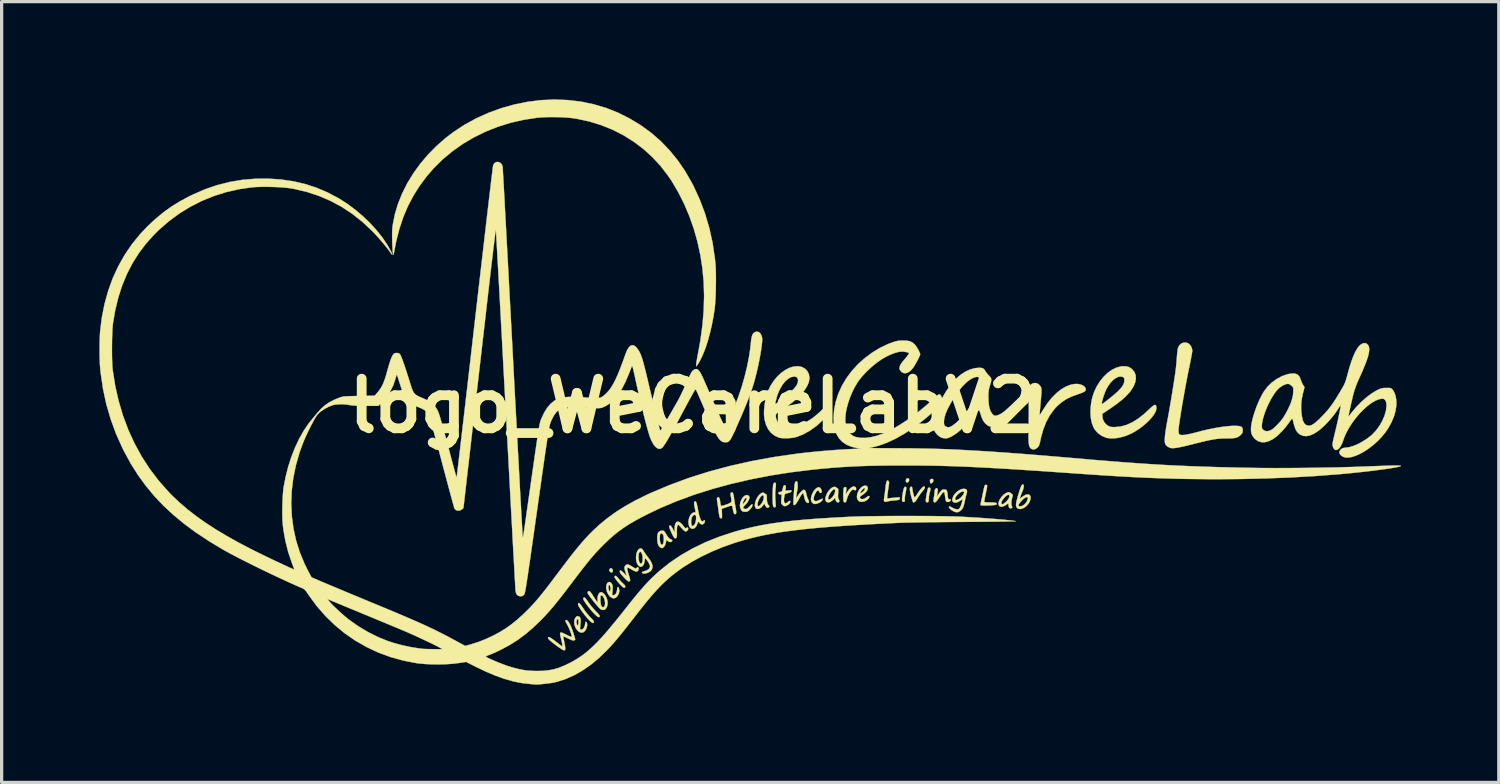
<source format=kicad_pcb>
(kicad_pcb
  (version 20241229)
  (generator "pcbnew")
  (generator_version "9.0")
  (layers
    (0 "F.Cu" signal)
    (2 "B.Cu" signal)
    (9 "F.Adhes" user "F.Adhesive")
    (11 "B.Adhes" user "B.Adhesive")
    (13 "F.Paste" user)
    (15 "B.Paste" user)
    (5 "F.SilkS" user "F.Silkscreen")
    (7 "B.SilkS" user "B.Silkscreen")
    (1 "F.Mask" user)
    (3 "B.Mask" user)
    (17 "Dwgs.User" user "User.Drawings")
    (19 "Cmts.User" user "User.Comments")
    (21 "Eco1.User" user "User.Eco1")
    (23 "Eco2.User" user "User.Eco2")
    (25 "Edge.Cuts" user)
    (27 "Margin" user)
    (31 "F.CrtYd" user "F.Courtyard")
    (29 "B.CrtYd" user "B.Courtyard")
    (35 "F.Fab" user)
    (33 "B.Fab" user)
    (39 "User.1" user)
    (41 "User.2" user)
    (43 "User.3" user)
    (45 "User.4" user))
  (footprint "logo_WeCareLabV2"
    (layer "F.Cu")
    (at 18.208 9.403)
    (property "Reference" "logo_WeCareLabV2" (at 0 0 0) (layer "F.SilkS") (effects (font (size 1.524 1.524) (thickness 0.3))))
    (attr through_hole)
    (fp_poly (pts (xy 6.634 2.248) (xy 6.638 2.275) (xy 6.627 2.317) (xy 6.602 2.346) (xy 6.57 2.354) (xy 6.548 2.342) (xy 6.535 2.31) (xy 6.539 2.269) (xy 6.556 2.236) (xy 6.57 2.227) (xy 6.612 2.224) (xy 6.634 2.248)) (stroke (width 0.01) (type solid)) (fill yes) (layer "F.SilkS"))
    (fp_poly (pts (xy 7.377 2.264) (xy 7.381 2.298) (xy 7.367 2.336) (xy 7.337 2.366) (xy 7.308 2.381) (xy 7.293 2.372) (xy 7.282 2.347) (xy 7.273 2.293) (xy 7.292 2.256) (xy 7.318 2.243) (xy 7.355 2.242) (xy 7.377 2.264)) (stroke (width 0.01) (type solid)) (fill yes) (layer "F.SilkS"))
    (fp_poly (pts (xy -2.471 5.005) (xy -2.456 5.049) (xy -2.455 5.066) (xy -2.466 5.103) (xy -2.493 5.114) (xy -2.529 5.099) (xy -2.547 5.081) (xy -2.567 5.05) (xy -2.559 5.017) (xy -2.558 5.014) (xy -2.529 4.984) (xy -2.498 4.982) (xy -2.471 5.005)) (stroke (width 0.01) (type solid)) (fill yes) (layer "F.SilkS"))
    (fp_poly (pts (xy -2.337 5.235) (xy -2.298 5.275) (xy -2.288 5.289) (xy -2.246 5.342) (xy -2.193 5.4) (xy -2.15 5.441) (xy -2.101 5.49) (xy -2.074 5.529) (xy -2.069 5.548) (xy -2.085 5.578) (xy -2.117 5.578) (xy -2.146 5.562) (xy -2.181 5.532) (xy -2.226 5.486) (xy -2.276 5.43) (xy -2.324 5.372) (xy -2.365 5.318) (xy -2.394 5.274) (xy -2.405 5.249) (xy -2.395 5.22) (xy -2.371 5.216) (xy -2.337 5.235)) (stroke (width 0.01) (type solid)) (fill yes) (layer "F.SilkS"))
    (fp_poly (pts (xy 7.281 2.516) (xy 7.292 2.547) (xy 7.285 2.602) (xy 7.272 2.645) (xy 7.255 2.713) (xy 7.243 2.794) (xy 7.24 2.845) (xy 7.237 2.905) (xy 7.231 2.938) (xy 7.22 2.954) (xy 7.2 2.96) (xy 7.164 2.953) (xy 7.151 2.936) (xy 7.148 2.9) (xy 7.154 2.835) (xy 7.168 2.744) (xy 7.19 2.63) (xy 7.197 2.595) (xy 7.212 2.541) (xy 7.227 2.514) (xy 7.249 2.506) (xy 7.249 2.506) (xy 7.281 2.516)) (stroke (width 0.01) (type solid)) (fill yes) (layer "F.SilkS"))
    (fp_poly (pts (xy 6.535 2.489) (xy 6.547 2.5) (xy 6.551 2.521) (xy 6.547 2.558) (xy 6.537 2.618) (xy 6.53 2.654) (xy 6.516 2.728) (xy 6.507 2.794) (xy 6.502 2.843) (xy 6.503 2.854) (xy 6.504 2.898) (xy 6.504 2.925) (xy 6.489 2.942) (xy 6.459 2.946) (xy 6.431 2.937) (xy 6.429 2.935) (xy 6.42 2.906) (xy 6.42 2.848) (xy 6.43 2.759) (xy 6.444 2.667) (xy 6.462 2.578) (xy 6.48 2.519) (xy 6.499 2.489) (xy 6.521 2.482) (xy 6.535 2.489)) (stroke (width 0.01) (type solid)) (fill yes) (layer "F.SilkS"))
    (fp_poly (pts (xy -3.469 6.069) (xy -3.426 6.121) (xy -3.37 6.203) (xy -3.363 6.213) (xy -3.306 6.295) (xy -3.241 6.379) (xy -3.177 6.454) (xy -3.141 6.491) (xy -3.081 6.553) (xy -3.045 6.6) (xy -3.034 6.63) (xy -3.034 6.631) (xy -3.046 6.659) (xy -3.07 6.663) (xy -3.107 6.642) (xy -3.16 6.595) (xy -3.188 6.566) (xy -3.253 6.495) (xy -3.319 6.415) (xy -3.381 6.333) (xy -3.437 6.254) (xy -3.481 6.184) (xy -3.511 6.128) (xy -3.522 6.092) (xy -3.516 6.055) (xy -3.499 6.048) (xy -3.469 6.069)) (stroke (width 0.01) (type solid)) (fill yes) (layer "F.SilkS"))
    (fp_poly (pts (xy -3.31 5.888) (xy -3.278 5.922) (xy -3.233 5.983) (xy -3.207 6.023) (xy -3.149 6.104) (xy -3.078 6.192) (xy -3.005 6.273) (xy -2.977 6.302) (xy -2.912 6.368) (xy -2.871 6.417) (xy -2.855 6.448) (xy -2.855 6.458) (xy -2.872 6.481) (xy -2.899 6.481) (xy -2.938 6.457) (xy -2.993 6.409) (xy -3.039 6.362) (xy -3.099 6.297) (xy -3.16 6.223) (xy -3.22 6.147) (xy -3.275 6.073) (xy -3.319 6.006) (xy -3.351 5.953) (xy -3.366 5.918) (xy -3.366 5.911) (xy -3.347 5.885) (xy -3.332 5.879) (xy -3.31 5.888)) (stroke (width 0.01) (type solid)) (fill yes) (layer "F.SilkS"))
    (fp_poly (pts (xy 2.544 2.374) (xy 2.547 2.382) (xy 2.55 2.411) (xy 2.547 2.464) (xy 2.54 2.529) (xy 2.538 2.545) (xy 2.528 2.657) (xy 2.527 2.782) (xy 2.53 2.843) (xy 2.535 2.92) (xy 2.54 2.99) (xy 2.544 3.041) (xy 2.545 3.056) (xy 2.542 3.094) (xy 2.523 3.11) (xy 2.511 3.113) (xy 2.486 3.11) (xy 2.47 3.089) (xy 2.461 3.053) (xy 2.455 3.008) (xy 2.451 2.939) (xy 2.449 2.853) (xy 2.449 2.758) (xy 2.451 2.661) (xy 2.454 2.569) (xy 2.458 2.49) (xy 2.464 2.431) (xy 2.47 2.4) (xy 2.494 2.364) (xy 2.521 2.355) (xy 2.544 2.374)) (stroke (width 0.01) (type solid)) (fill yes) (layer "F.SilkS"))
    (fp_poly (pts (xy 7.117 2.482) (xy 7.12 2.511) (xy 7.097 2.556) (xy 7.055 2.609) (xy 7.003 2.672) (xy 6.949 2.747) (xy 6.915 2.8) (xy 6.88 2.856) (xy 6.849 2.904) (xy 6.827 2.934) (xy 6.827 2.934) (xy 6.794 2.959) (xy 6.764 2.96) (xy 6.749 2.942) (xy 6.704 2.792) (xy 6.674 2.671) (xy 6.66 2.58) (xy 6.662 2.518) (xy 6.679 2.486) (xy 6.697 2.481) (xy 6.721 2.488) (xy 6.733 2.517) (xy 6.735 2.54) (xy 6.742 2.591) (xy 6.754 2.652) (xy 6.769 2.713) (xy 6.785 2.766) (xy 6.799 2.801) (xy 6.808 2.811) (xy 6.823 2.798) (xy 6.849 2.762) (xy 6.881 2.714) (xy 6.93 2.639) (xy 6.98 2.572) (xy 7.027 2.518) (xy 7.065 2.483) (xy 7.088 2.472) (xy 7.117 2.482)) (stroke (width 0.01) (type solid)) (fill yes) (layer "F.SilkS"))
    (fp_poly (pts (xy 3.886 2.5) (xy 3.917 2.526) (xy 3.943 2.571) (xy 3.956 2.618) (xy 3.954 2.642) (xy 3.934 2.671) (xy 3.907 2.671) (xy 3.882 2.642) (xy 3.877 2.632) (xy 3.855 2.599) (xy 3.827 2.598) (xy 3.792 2.63) (xy 3.756 2.69) (xy 3.718 2.778) (xy 3.705 2.846) (xy 3.715 2.895) (xy 3.747 2.92) (xy 3.8 2.921) (xy 3.871 2.895) (xy 3.889 2.886) (xy 3.949 2.857) (xy 3.983 2.849) (xy 3.991 2.863) (xy 3.978 2.891) (xy 3.933 2.939) (xy 3.866 2.98) (xy 3.791 3.005) (xy 3.782 3.007) (xy 3.732 3.011) (xy 3.699 3.001) (xy 3.667 2.975) (xy 3.636 2.932) (xy 3.625 2.88) (xy 3.624 2.858) (xy 3.634 2.783) (xy 3.66 2.707) (xy 3.698 2.634) (xy 3.744 2.571) (xy 3.794 2.524) (xy 3.843 2.499) (xy 3.886 2.5)) (stroke (width 0.01) (type solid)) (fill yes) (layer "F.SilkS"))
    (fp_poly (pts (xy 4.992 2.493) (xy 5.008 2.522) (xy 5.011 2.557) (xy 5.003 2.584) (xy 4.991 2.591) (xy 4.959 2.582) (xy 4.945 2.575) (xy 4.908 2.569) (xy 4.891 2.575) (xy 4.853 2.608) (xy 4.812 2.664) (xy 4.773 2.734) (xy 4.743 2.806) (xy 4.734 2.835) (xy 4.719 2.89) (xy 4.705 2.931) (xy 4.699 2.947) (xy 4.673 2.963) (xy 4.643 2.955) (xy 4.627 2.934) (xy 4.621 2.901) (xy 4.617 2.845) (xy 4.615 2.773) (xy 4.616 2.697) (xy 4.619 2.624) (xy 4.623 2.565) (xy 4.628 2.535) (xy 4.644 2.5) (xy 4.671 2.492) (xy 4.678 2.492) (xy 4.698 2.497) (xy 4.709 2.508) (xy 4.712 2.533) (xy 4.708 2.578) (xy 4.701 2.635) (xy 4.689 2.718) (xy 4.739 2.64) (xy 4.797 2.563) (xy 4.855 2.509) (xy 4.911 2.478) (xy 4.96 2.475) (xy 4.992 2.493)) (stroke (width 0.01) (type solid)) (fill yes) (layer "F.SilkS"))
    (fp_poly (pts (xy 6 2.301) (xy 6.004 2.306) (xy 6.015 2.321) (xy 6.021 2.344) (xy 6.02 2.381) (xy 6.012 2.44) (xy 6.005 2.49) (xy 5.992 2.575) (xy 5.98 2.66) (xy 5.971 2.731) (xy 5.969 2.75) (xy 5.963 2.805) (xy 5.964 2.834) (xy 5.973 2.843) (xy 5.993 2.84) (xy 5.997 2.839) (xy 6.031 2.834) (xy 6.089 2.827) (xy 6.161 2.82) (xy 6.195 2.818) (xy 6.353 2.806) (xy 6.347 2.846) (xy 6.342 2.866) (xy 6.33 2.879) (xy 6.303 2.887) (xy 6.255 2.894) (xy 6.189 2.9) (xy 6.114 2.907) (xy 6.047 2.917) (xy 5.998 2.926) (xy 5.988 2.929) (xy 5.923 2.945) (xy 5.881 2.939) (xy 5.866 2.923) (xy 5.864 2.894) (xy 5.867 2.845) (xy 5.874 2.8) (xy 5.883 2.741) (xy 5.894 2.66) (xy 5.904 2.57) (xy 5.911 2.511) (xy 5.924 2.41) (xy 5.938 2.341) (xy 5.955 2.301) (xy 5.975 2.289) (xy 6 2.301)) (stroke (width 0.01) (type solid)) (fill yes) (layer "F.SilkS"))
    (fp_poly (pts (xy 9.021 2.432) (xy 9.03 2.443) (xy 9.03 2.467) (xy 9.023 2.517) (xy 9.01 2.586) (xy 8.994 2.668) (xy 8.99 2.684) (xy 8.972 2.768) (xy 8.957 2.842) (xy 8.946 2.899) (xy 8.941 2.931) (xy 8.941 2.934) (xy 8.944 2.947) (xy 8.958 2.955) (xy 8.988 2.96) (xy 9.04 2.963) (xy 9.119 2.963) (xy 9.125 2.963) (xy 9.217 2.965) (xy 9.279 2.971) (xy 9.314 2.981) (xy 9.325 2.999) (xy 9.318 3.024) (xy 9.314 3.029) (xy 9.294 3.037) (xy 9.247 3.044) (xy 9.182 3.05) (xy 9.106 3.054) (xy 9.027 3.057) (xy 8.952 3.058) (xy 8.889 3.056) (xy 8.846 3.052) (xy 8.83 3.046) (xy 8.829 3.024) (xy 8.836 2.979) (xy 8.846 2.934) (xy 8.861 2.869) (xy 8.879 2.787) (xy 8.896 2.704) (xy 8.898 2.692) (xy 8.919 2.591) (xy 8.935 2.518) (xy 8.948 2.469) (xy 8.961 2.44) (xy 8.974 2.426) (xy 8.989 2.421) (xy 8.99 2.421) (xy 9.021 2.432)) (stroke (width 0.01) (type solid)) (fill yes) (layer "F.SilkS"))
    (fp_poly (pts (xy -2.512 5.427) (xy -2.488 5.457) (xy -2.471 5.488) (xy -2.462 5.52) (xy -2.459 5.564) (xy -2.462 5.628) (xy -2.464 5.66) (xy -2.475 5.808) (xy -2.432 5.808) (xy -2.386 5.792) (xy -2.351 5.747) (xy -2.329 5.675) (xy -2.324 5.638) (xy -2.314 5.581) (xy -2.301 5.557) (xy -2.284 5.567) (xy -2.267 5.601) (xy -2.255 5.676) (xy -2.269 5.756) (xy -2.307 5.828) (xy -2.328 5.854) (xy -2.378 5.894) (xy -2.425 5.907) (xy -2.477 5.895) (xy -2.481 5.893) (xy -2.545 5.85) (xy -2.599 5.781) (xy -2.638 5.694) (xy -2.657 5.599) (xy -2.659 5.566) (xy -2.658 5.565) (xy -2.59 5.565) (xy -2.585 5.617) (xy -2.571 5.664) (xy -2.57 5.665) (xy -2.555 5.694) (xy -2.545 5.694) (xy -2.538 5.679) (xy -2.528 5.638) (xy -2.524 5.6) (xy -2.529 5.553) (xy -2.544 5.515) (xy -2.562 5.495) (xy -2.575 5.495) (xy -2.587 5.52) (xy -2.59 5.565) (xy -2.658 5.565) (xy -2.65 5.493) (xy -2.626 5.44) (xy -2.592 5.409) (xy -2.552 5.404) (xy -2.512 5.427)) (stroke (width 0.01) (type solid)) (fill yes) (layer "F.SilkS"))
    (fp_poly (pts (xy 1.698 2.745) (xy 1.73 2.78) (xy 1.736 2.794) (xy 1.735 2.838) (xy 1.713 2.896) (xy 1.676 2.959) (xy 1.628 3.019) (xy 1.607 3.039) (xy 1.56 3.089) (xy 1.545 3.127) (xy 1.562 3.152) (xy 1.606 3.164) (xy 1.642 3.163) (xy 1.673 3.15) (xy 1.71 3.119) (xy 1.737 3.092) (xy 1.777 3.051) (xy 1.807 3.023) (xy 1.82 3.014) (xy 1.827 3.029) (xy 1.829 3.056) (xy 1.815 3.098) (xy 1.776 3.152) (xy 1.756 3.175) (xy 1.712 3.218) (xy 1.678 3.241) (xy 1.641 3.25) (xy 1.604 3.251) (xy 1.55 3.247) (xy 1.515 3.231) (xy 1.492 3.207) (xy 1.455 3.134) (xy 1.444 3.048) (xy 1.448 3.019) (xy 1.525 3.019) (xy 1.569 2.978) (xy 1.608 2.934) (xy 1.637 2.889) (xy 1.651 2.849) (xy 1.647 2.826) (xy 1.626 2.824) (xy 1.599 2.847) (xy 1.571 2.887) (xy 1.548 2.937) (xy 1.543 2.953) (xy 1.525 3.019) (xy 1.448 3.019) (xy 1.458 2.956) (xy 1.497 2.866) (xy 1.547 2.796) (xy 1.6 2.753) (xy 1.652 2.736) (xy 1.698 2.745)) (stroke (width 0.01) (type solid)) (fill yes) (layer "F.SilkS"))
    (fp_poly (pts (xy -3.481 6.47) (xy -3.461 6.494) (xy -3.446 6.527) (xy -3.44 6.568) (xy -3.442 6.629) (xy -3.444 6.651) (xy -3.453 6.74) (xy -3.458 6.8) (xy -3.459 6.837) (xy -3.455 6.857) (xy -3.446 6.865) (xy -3.432 6.867) (xy -3.422 6.866) (xy -3.378 6.851) (xy -3.34 6.807) (xy -3.314 6.743) (xy -3.306 6.699) (xy -3.298 6.653) (xy -3.288 6.625) (xy -3.283 6.621) (xy -3.261 6.636) (xy -3.246 6.674) (xy -3.241 6.724) (xy -3.244 6.752) (xy -3.271 6.844) (xy -3.312 6.91) (xy -3.364 6.949) (xy -3.422 6.959) (xy -3.485 6.938) (xy -3.538 6.895) (xy -3.594 6.817) (xy -3.629 6.727) (xy -3.64 6.635) (xy -3.634 6.594) (xy -3.57 6.594) (xy -3.568 6.654) (xy -3.553 6.706) (xy -3.539 6.741) (xy -3.53 6.747) (xy -3.52 6.73) (xy -3.512 6.692) (xy -3.507 6.64) (xy -3.506 6.628) (xy -3.509 6.571) (xy -3.521 6.546) (xy -3.543 6.55) (xy -3.55 6.555) (xy -3.57 6.594) (xy -3.634 6.594) (xy -3.627 6.55) (xy -3.607 6.507) (xy -3.567 6.463) (xy -3.524 6.451) (xy -3.481 6.47)) (stroke (width 0.01) (type solid)) (fill yes) (layer "F.SilkS"))
    (fp_poly (pts (xy -0.895 3.834) (xy -0.874 3.852) (xy -0.848 3.888) (xy -0.814 3.946) (xy -0.768 4.017) (xy -0.728 4.062) (xy -0.69 4.089) (xy -0.684 4.091) (xy -0.641 4.113) (xy -0.628 4.133) (xy -0.642 4.158) (xy -0.647 4.162) (xy -0.687 4.181) (xy -0.737 4.168) (xy -0.767 4.148) (xy -0.811 4.114) (xy -0.823 4.178) (xy -0.845 4.259) (xy -0.879 4.32) (xy -0.913 4.351) (xy -0.939 4.364) (xy -0.957 4.365) (xy -0.985 4.353) (xy -0.994 4.349) (xy -1.041 4.307) (xy -1.074 4.235) (xy -1.09 4.135) (xy -1.092 4.069) (xy -1.09 4.022) (xy -1.015 4.022) (xy -1.013 4.105) (xy -1.003 4.182) (xy -0.986 4.235) (xy -0.963 4.262) (xy -0.938 4.261) (xy -0.912 4.229) (xy -0.901 4.192) (xy -0.893 4.135) (xy -0.891 4.089) (xy -0.898 4.002) (xy -0.917 3.943) (xy -0.949 3.914) (xy -0.965 3.912) (xy -0.993 3.923) (xy -1.009 3.959) (xy -1.015 4.022) (xy -1.09 4.022) (xy -1.087 3.973) (xy -1.071 3.904) (xy -1.04 3.86) (xy -0.993 3.837) (xy -0.953 3.83) (xy -0.919 3.829) (xy -0.895 3.834)) (stroke (width 0.01) (type solid)) (fill yes) (layer "F.SilkS"))
    (fp_poly (pts (xy -0.396 3.575) (xy -0.334 3.63) (xy -0.299 3.673) (xy -0.259 3.723) (xy -0.233 3.75) (xy -0.215 3.756) (xy -0.197 3.746) (xy -0.19 3.739) (xy -0.166 3.727) (xy -0.149 3.738) (xy -0.139 3.769) (xy -0.152 3.806) (xy -0.18 3.837) (xy -0.204 3.849) (xy -0.224 3.851) (xy -0.245 3.845) (xy -0.271 3.826) (xy -0.308 3.79) (xy -0.359 3.735) (xy -0.397 3.693) (xy -0.428 3.659) (xy -0.447 3.649) (xy -0.462 3.658) (xy -0.469 3.668) (xy -0.482 3.701) (xy -0.488 3.762) (xy -0.49 3.852) (xy -0.49 3.863) (xy -0.489 3.949) (xy -0.492 4.007) (xy -0.5 4.041) (xy -0.514 4.058) (xy -0.536 4.064) (xy -0.542 4.064) (xy -0.561 4.055) (xy -0.586 4.025) (xy -0.617 3.97) (xy -0.652 3.899) (xy -0.683 3.828) (xy -0.708 3.766) (xy -0.722 3.72) (xy -0.725 3.7) (xy -0.712 3.67) (xy -0.69 3.67) (xy -0.661 3.698) (xy -0.626 3.754) (xy -0.614 3.776) (xy -0.56 3.886) (xy -0.559 3.771) (xy -0.551 3.67) (xy -0.529 3.6) (xy -0.495 3.56) (xy -0.45 3.551) (xy -0.396 3.575)) (stroke (width 0.01) (type solid)) (fill yes) (layer "F.SilkS"))
    (fp_poly (pts (xy 5.316 2.449) (xy 5.351 2.471) (xy 5.367 2.516) (xy 5.368 2.53) (xy 5.357 2.581) (xy 5.322 2.633) (xy 5.26 2.691) (xy 5.188 2.744) (xy 5.145 2.776) (xy 5.127 2.799) (xy 5.127 2.82) (xy 5.131 2.829) (xy 5.163 2.857) (xy 5.212 2.862) (xy 5.268 2.847) (xy 5.323 2.811) (xy 5.372 2.775) (xy 5.405 2.763) (xy 5.421 2.774) (xy 5.414 2.805) (xy 5.393 2.84) (xy 5.343 2.89) (xy 5.278 2.926) (xy 5.208 2.944) (xy 5.142 2.943) (xy 5.089 2.92) (xy 5.08 2.913) (xy 5.044 2.854) (xy 5.034 2.779) (xy 5.048 2.694) (xy 5.053 2.681) (xy 5.141 2.681) (xy 5.158 2.679) (xy 5.162 2.677) (xy 5.193 2.655) (xy 5.232 2.623) (xy 5.237 2.619) (xy 5.268 2.581) (xy 5.283 2.548) (xy 5.277 2.527) (xy 5.265 2.523) (xy 5.239 2.536) (xy 5.205 2.567) (xy 5.172 2.607) (xy 5.148 2.645) (xy 5.143 2.658) (xy 5.141 2.681) (xy 5.053 2.681) (xy 5.086 2.605) (xy 5.11 2.565) (xy 5.161 2.507) (xy 5.216 2.468) (xy 5.269 2.448) (xy 5.316 2.449)) (stroke (width 0.01) (type solid)) (fill yes) (layer "F.SilkS"))
    (fp_poly (pts (xy 9.747 2.67) (xy 9.768 2.687) (xy 9.82 2.735) (xy 9.796 2.828) (xy 9.776 2.929) (xy 9.773 3.012) (xy 9.787 3.073) (xy 9.792 3.083) (xy 9.804 3.112) (xy 9.792 3.13) (xy 9.787 3.133) (xy 9.745 3.148) (xy 9.714 3.132) (xy 9.703 3.117) (xy 9.689 3.074) (xy 9.686 3.041) (xy 9.683 3.008) (xy 9.677 2.997) (xy 9.66 3.006) (xy 9.624 3.03) (xy 9.597 3.049) (xy 9.531 3.085) (xy 9.469 3.097) (xy 9.419 3.084) (xy 9.388 3.051) (xy 9.378 2.999) (xy 9.47 2.999) (xy 9.472 3.006) (xy 9.492 3.021) (xy 9.53 3.008) (xy 9.585 2.966) (xy 9.622 2.933) (xy 9.665 2.882) (xy 9.698 2.828) (xy 9.715 2.779) (xy 9.712 2.744) (xy 9.711 2.744) (xy 9.686 2.727) (xy 9.648 2.739) (xy 9.596 2.78) (xy 9.565 2.81) (xy 9.503 2.884) (xy 9.471 2.947) (xy 9.47 2.999) (xy 9.378 2.999) (xy 9.378 2.995) (xy 9.392 2.928) (xy 9.427 2.857) (xy 9.477 2.787) (xy 9.538 2.725) (xy 9.605 2.677) (xy 9.671 2.65) (xy 9.709 2.649) (xy 9.747 2.67)) (stroke (width 0.01) (type solid)) (fill yes) (layer "F.SilkS"))
    (fp_poly (pts (xy 4.393 2.499) (xy 4.404 2.508) (xy 4.436 2.531) (xy 4.455 2.54) (xy 4.46 2.556) (xy 4.462 2.597) (xy 4.46 2.657) (xy 4.459 2.683) (xy 4.455 2.758) (xy 4.456 2.809) (xy 4.464 2.844) (xy 4.478 2.871) (xy 4.497 2.916) (xy 4.491 2.949) (xy 4.461 2.963) (xy 4.456 2.963) (xy 4.416 2.95) (xy 4.387 2.908) (xy 4.377 2.874) (xy 4.365 2.827) (xy 4.291 2.895) (xy 4.223 2.945) (xy 4.162 2.964) (xy 4.109 2.951) (xy 4.089 2.935) (xy 4.068 2.892) (xy 4.068 2.855) (xy 4.151 2.855) (xy 4.167 2.877) (xy 4.201 2.871) (xy 4.249 2.835) (xy 4.282 2.801) (xy 4.323 2.744) (xy 4.352 2.685) (xy 4.367 2.63) (xy 4.367 2.587) (xy 4.351 2.561) (xy 4.334 2.557) (xy 4.307 2.57) (xy 4.27 2.605) (xy 4.231 2.652) (xy 4.196 2.705) (xy 4.18 2.735) (xy 4.154 2.807) (xy 4.151 2.855) (xy 4.068 2.855) (xy 4.068 2.831) (xy 4.086 2.761) (xy 4.118 2.687) (xy 4.162 2.616) (xy 4.213 2.555) (xy 4.27 2.51) (xy 4.313 2.49) (xy 4.358 2.484) (xy 4.393 2.499)) (stroke (width 0.01) (type solid)) (fill yes) (layer "F.SilkS"))
    (fp_poly (pts (xy 2.198 2.68) (xy 2.201 2.684) (xy 2.23 2.705) (xy 2.246 2.709) (xy 2.259 2.719) (xy 2.267 2.752) (xy 2.269 2.813) (xy 2.269 2.815) (xy 2.275 2.922) (xy 2.294 3.002) (xy 2.325 3.052) (xy 2.332 3.057) (xy 2.352 3.076) (xy 2.348 3.093) (xy 2.332 3.11) (xy 2.297 3.129) (xy 2.261 3.114) (xy 2.226 3.066) (xy 2.218 3.051) (xy 2.193 2.999) (xy 2.152 3.058) (xy 2.102 3.115) (xy 2.046 3.151) (xy 1.992 3.165) (xy 1.946 3.154) (xy 1.928 3.138) (xy 1.906 3.088) (xy 1.905 3.044) (xy 1.984 3.044) (xy 1.997 3.076) (xy 2.024 3.077) (xy 2.066 3.048) (xy 2.083 3.031) (xy 2.122 2.978) (xy 2.152 2.919) (xy 2.172 2.858) (xy 2.179 2.804) (xy 2.174 2.764) (xy 2.153 2.744) (xy 2.145 2.743) (xy 2.111 2.758) (xy 2.073 2.798) (xy 2.037 2.856) (xy 2.007 2.922) (xy 1.989 2.984) (xy 1.984 3.044) (xy 1.905 3.044) (xy 1.904 3.019) (xy 1.92 2.94) (xy 1.951 2.858) (xy 1.996 2.782) (xy 2.051 2.718) (xy 2.057 2.712) (xy 2.115 2.671) (xy 2.162 2.66) (xy 2.198 2.68)) (stroke (width 0.01) (type solid)) (fill yes) (layer "F.SilkS"))
    (fp_poly (pts (xy 3.207 2.336) (xy 3.215 2.382) (xy 3.217 2.445) (xy 3.214 2.515) (xy 3.205 2.585) (xy 3.202 2.599) (xy 3.191 2.657) (xy 3.181 2.727) (xy 3.177 2.76) (xy 3.167 2.853) (xy 3.205 2.787) (xy 3.244 2.726) (xy 3.29 2.668) (xy 3.337 2.619) (xy 3.378 2.585) (xy 3.405 2.574) (xy 3.434 2.584) (xy 3.457 2.616) (xy 3.477 2.675) (xy 3.49 2.729) (xy 3.507 2.794) (xy 3.53 2.854) (xy 3.542 2.877) (xy 3.563 2.929) (xy 3.562 2.965) (xy 3.537 2.98) (xy 3.531 2.98) (xy 3.49 2.964) (xy 3.455 2.916) (xy 3.428 2.839) (xy 3.421 2.805) (xy 3.408 2.747) (xy 3.396 2.703) (xy 3.387 2.684) (xy 3.369 2.686) (xy 3.344 2.712) (xy 3.309 2.763) (xy 3.263 2.842) (xy 3.238 2.888) (xy 3.188 2.973) (xy 3.147 3.025) (xy 3.116 3.046) (xy 3.094 3.036) (xy 3.088 3.024) (xy 3.087 3) (xy 3.087 2.949) (xy 3.09 2.877) (xy 3.094 2.792) (xy 3.1 2.699) (xy 3.106 2.605) (xy 3.113 2.518) (xy 3.12 2.443) (xy 3.124 2.407) (xy 3.138 2.35) (xy 3.163 2.317) (xy 3.193 2.314) (xy 3.207 2.336)) (stroke (width 0.01) (type solid)) (fill yes) (layer "F.SilkS"))
    (fp_poly (pts (xy -1.941 4.885) (xy -1.872 4.925) (xy -1.854 4.937) (xy -1.799 4.972) (xy -1.765 4.99) (xy -1.744 4.991) (xy -1.727 4.978) (xy -1.718 4.966) (xy -1.693 4.948) (xy -1.672 4.958) (xy -1.663 4.988) (xy -1.666 5.019) (xy -1.685 5.064) (xy -1.715 5.084) (xy -1.761 5.08) (xy -1.825 5.051) (xy -1.861 5.03) (xy -1.917 4.998) (xy -1.964 4.973) (xy -1.992 4.962) (xy -1.995 4.961) (xy -2.011 4.973) (xy -2.013 5.01) (xy -2 5.074) (xy -1.973 5.165) (xy -1.965 5.188) (xy -1.944 5.255) (xy -1.929 5.312) (xy -1.923 5.35) (xy -1.924 5.359) (xy -1.94 5.384) (xy -1.963 5.39) (xy -1.997 5.373) (xy -2.045 5.333) (xy -2.11 5.268) (xy -2.113 5.264) (xy -2.183 5.186) (xy -2.227 5.126) (xy -2.243 5.083) (xy -2.235 5.057) (xy -2.221 5.05) (xy -2.199 5.058) (xy -2.163 5.086) (xy -2.12 5.128) (xy -2.115 5.132) (xy -2.075 5.175) (xy -2.045 5.204) (xy -2.032 5.214) (xy -2.032 5.213) (xy -2.037 5.193) (xy -2.05 5.151) (xy -2.066 5.105) (xy -2.09 5.026) (xy -2.098 4.969) (xy -2.09 4.927) (xy -2.065 4.893) (xy -2.064 4.892) (xy -2.031 4.87) (xy -1.992 4.867) (xy -1.941 4.885)) (stroke (width 0.01) (type solid)) (fill yes) (layer "F.SilkS"))
    (fp_poly (pts (xy 2.833 2.437) (xy 2.839 2.441) (xy 2.853 2.474) (xy 2.851 2.532) (xy 2.84 2.606) (xy 2.938 2.596) (xy 2.992 2.591) (xy 3.02 2.593) (xy 3.03 2.603) (xy 3.028 2.618) (xy 3.013 2.64) (xy 2.975 2.66) (xy 2.921 2.675) (xy 2.865 2.691) (xy 2.834 2.705) (xy 2.818 2.726) (xy 2.809 2.76) (xy 2.808 2.769) (xy 2.796 2.862) (xy 2.798 2.931) (xy 2.814 2.974) (xy 2.819 2.98) (xy 2.835 2.99) (xy 2.852 2.99) (xy 2.878 2.977) (xy 2.92 2.948) (xy 2.956 2.922) (xy 2.982 2.913) (xy 2.993 2.929) (xy 2.986 2.965) (xy 2.984 2.971) (xy 2.942 3.024) (xy 2.876 3.063) (xy 2.841 3.074) (xy 2.803 3.076) (xy 2.767 3.055) (xy 2.75 3.04) (xy 2.728 3.016) (xy 2.716 2.994) (xy 2.711 2.964) (xy 2.712 2.917) (xy 2.717 2.85) (xy 2.722 2.78) (xy 2.722 2.737) (xy 2.718 2.717) (xy 2.708 2.713) (xy 2.702 2.715) (xy 2.661 2.718) (xy 2.632 2.698) (xy 2.625 2.674) (xy 2.634 2.65) (xy 2.666 2.642) (xy 2.675 2.642) (xy 2.714 2.635) (xy 2.74 2.61) (xy 2.757 2.561) (xy 2.766 2.516) (xy 2.781 2.461) (xy 2.805 2.433) (xy 2.833 2.437)) (stroke (width 0.01) (type solid)) (fill yes) (layer "F.SilkS"))
    (fp_poly (pts (xy 7.493 2.529) (xy 7.509 2.544) (xy 7.515 2.576) (xy 7.512 2.629) (xy 7.499 2.708) (xy 7.493 2.739) (xy 7.483 2.786) (xy 7.513 2.744) (xy 7.567 2.671) (xy 7.605 2.621) (xy 7.634 2.59) (xy 7.658 2.573) (xy 7.682 2.567) (xy 7.712 2.565) (xy 7.714 2.565) (xy 7.759 2.568) (xy 7.783 2.584) (xy 7.799 2.62) (xy 7.801 2.625) (xy 7.814 2.681) (xy 7.822 2.746) (xy 7.822 2.761) (xy 7.83 2.825) (xy 7.848 2.862) (xy 7.878 2.869) (xy 7.883 2.868) (xy 7.908 2.869) (xy 7.915 2.89) (xy 7.903 2.917) (xy 7.868 2.943) (xy 7.824 2.951) (xy 7.784 2.94) (xy 7.765 2.917) (xy 7.757 2.886) (xy 7.748 2.833) (xy 7.739 2.772) (xy 7.731 2.713) (xy 7.723 2.669) (xy 7.717 2.648) (xy 7.717 2.648) (xy 7.693 2.646) (xy 7.658 2.674) (xy 7.614 2.73) (xy 7.585 2.774) (xy 7.524 2.866) (xy 7.475 2.928) (xy 7.437 2.959) (xy 7.409 2.963) (xy 7.389 2.938) (xy 7.388 2.936) (xy 7.386 2.906) (xy 7.39 2.854) (xy 7.397 2.803) (xy 7.408 2.736) (xy 7.415 2.673) (xy 7.417 2.639) (xy 7.425 2.581) (xy 7.447 2.541) (xy 7.478 2.526) (xy 7.493 2.529)) (stroke (width 0.01) (type solid)) (fill yes) (layer "F.SilkS"))
    (fp_poly (pts (xy 10.152 2.432) (xy 10.154 2.48) (xy 10.14 2.547) (xy 10.117 2.61) (xy 10.089 2.678) (xy 10.064 2.746) (xy 10.05 2.79) (xy 10.028 2.861) (xy 10.097 2.802) (xy 10.151 2.763) (xy 10.208 2.732) (xy 10.231 2.723) (xy 10.29 2.716) (xy 10.332 2.733) (xy 10.356 2.769) (xy 10.364 2.819) (xy 10.356 2.878) (xy 10.332 2.943) (xy 10.294 3.008) (xy 10.242 3.068) (xy 10.178 3.119) (xy 10.106 3.153) (xy 10.038 3.166) (xy 9.982 3.157) (xy 9.953 3.137) (xy 9.931 3.106) (xy 9.919 3.071) (xy 9.918 3.05) (xy 9.991 3.05) (xy 10.004 3.076) (xy 10.037 3.085) (xy 10.083 3.077) (xy 10.134 3.054) (xy 10.169 3.029) (xy 10.235 2.957) (xy 10.271 2.884) (xy 10.279 2.837) (xy 10.273 2.805) (xy 10.254 2.796) (xy 10.215 2.809) (xy 10.195 2.819) (xy 10.155 2.847) (xy 10.109 2.889) (xy 10.062 2.94) (xy 10.022 2.989) (xy 9.997 3.03) (xy 9.991 3.05) (xy 9.918 3.05) (xy 9.917 3.026) (xy 9.924 2.965) (xy 9.943 2.884) (xy 9.972 2.778) (xy 9.981 2.746) (xy 10.018 2.623) (xy 10.049 2.531) (xy 10.075 2.466) (xy 10.098 2.427) (xy 10.118 2.409) (xy 10.131 2.409) (xy 10.152 2.432)) (stroke (width 0.01) (type solid)) (fill yes) (layer "F.SilkS"))
    (fp_poly (pts (xy -3.161 5.694) (xy -3.123 5.734) (xy -3.076 5.804) (xy -3.066 5.821) (xy -3.027 5.884) (xy -2.989 5.942) (xy -2.958 5.984) (xy -2.956 5.986) (xy -2.913 6.037) (xy -2.923 5.958) (xy -2.924 5.944) (xy -2.836 5.944) (xy -2.833 6.014) (xy -2.825 6.08) (xy -2.813 6.125) (xy -2.813 6.126) (xy -2.785 6.167) (xy -2.752 6.18) (xy -2.721 6.164) (xy -2.71 6.148) (xy -2.695 6.097) (xy -2.694 6.033) (xy -2.705 5.965) (xy -2.726 5.901) (xy -2.753 5.851) (xy -2.785 5.821) (xy -2.802 5.817) (xy -2.82 5.82) (xy -2.83 5.833) (xy -2.835 5.865) (xy -2.836 5.921) (xy -2.836 5.944) (xy -2.924 5.944) (xy -2.924 5.883) (xy -2.91 5.815) (xy -2.884 5.761) (xy -2.849 5.725) (xy -2.808 5.716) (xy -2.796 5.719) (xy -2.736 5.756) (xy -2.683 5.82) (xy -2.641 5.903) (xy -2.616 5.997) (xy -2.616 6) (xy -2.614 6.077) (xy -2.629 6.148) (xy -2.657 6.208) (xy -2.695 6.249) (xy -2.74 6.263) (xy -2.746 6.263) (xy -2.78 6.258) (xy -2.808 6.253) (xy -2.836 6.236) (xy -2.882 6.191) (xy -2.945 6.12) (xy -3.024 6.024) (xy -3.025 6.023) (xy -3.1 5.928) (xy -3.156 5.856) (xy -3.194 5.803) (xy -3.218 5.765) (xy -3.228 5.737) (xy -3.229 5.718) (xy -3.22 5.702) (xy -3.218 5.699) (xy -3.192 5.683) (xy -3.161 5.694)) (stroke (width 0.01) (type solid)) (fill yes) (layer "F.SilkS"))
    (fp_poly (pts (xy 1.226 2.669) (xy 1.246 2.717) (xy 1.259 2.793) (xy 1.26 2.797) (xy 1.268 2.859) (xy 1.28 2.943) (xy 1.296 3.034) (xy 1.307 3.095) (xy 1.323 3.179) (xy 1.331 3.237) (xy 1.333 3.274) (xy 1.329 3.296) (xy 1.32 3.311) (xy 1.291 3.326) (xy 1.267 3.31) (xy 1.247 3.26) (xy 1.235 3.208) (xy 1.223 3.135) (xy 1.211 3.089) (xy 1.194 3.067) (xy 1.165 3.065) (xy 1.116 3.079) (xy 1.045 3.104) (xy 0.889 3.158) (xy 0.894 3.306) (xy 0.896 3.379) (xy 0.894 3.424) (xy 0.888 3.448) (xy 0.876 3.454) (xy 0.875 3.454) (xy 0.844 3.442) (xy 0.83 3.43) (xy 0.82 3.404) (xy 0.809 3.352) (xy 0.797 3.282) (xy 0.786 3.205) (xy 0.775 3.117) (xy 0.764 3.032) (xy 0.753 2.961) (xy 0.747 2.921) (xy 0.739 2.865) (xy 0.742 2.831) (xy 0.754 2.812) (xy 0.782 2.798) (xy 0.807 2.816) (xy 0.826 2.864) (xy 0.837 2.926) (xy 0.846 2.999) (xy 0.855 3.044) (xy 0.868 3.066) (xy 0.891 3.07) (xy 0.927 3.061) (xy 0.949 3.055) (xy 1.018 3.032) (xy 1.089 3.006) (xy 1.11 2.997) (xy 1.151 2.976) (xy 1.176 2.95) (xy 1.186 2.914) (xy 1.182 2.86) (xy 1.167 2.78) (xy 1.167 2.776) (xy 1.157 2.721) (xy 1.158 2.688) (xy 1.17 2.666) (xy 1.173 2.664) (xy 1.201 2.65) (xy 1.226 2.669)) (stroke (width 0.01) (type solid)) (fill yes) (layer "F.SilkS"))
    (fp_poly (pts (xy 0.089 2.935) (xy 0.103 2.956) (xy 0.117 2.996) (xy 0.132 3.058) (xy 0.15 3.148) (xy 0.162 3.208) (xy 0.183 3.312) (xy 0.208 3.403) (xy 0.234 3.476) (xy 0.259 3.525) (xy 0.279 3.545) (xy 0.308 3.541) (xy 0.323 3.53) (xy 0.349 3.508) (xy 0.367 3.512) (xy 0.372 3.535) (xy 0.364 3.571) (xy 0.346 3.603) (xy 0.307 3.635) (xy 0.262 3.637) (xy 0.22 3.611) (xy 0.21 3.598) (xy 0.184 3.565) (xy 0.165 3.561) (xy 0.149 3.589) (xy 0.138 3.621) (xy 0.106 3.694) (xy 0.063 3.744) (xy 0.013 3.771) (xy -0.038 3.77) (xy -0.084 3.739) (xy -0.118 3.682) (xy -0.133 3.611) (xy -0.133 3.553) (xy -0.051 3.553) (xy -0.046 3.631) (xy -0.031 3.676) (xy -0.007 3.69) (xy 0.026 3.672) (xy 0.055 3.638) (xy 0.076 3.596) (xy 0.091 3.539) (xy 0.099 3.476) (xy 0.101 3.417) (xy 0.094 3.371) (xy 0.079 3.348) (xy 0.078 3.347) (xy 0.035 3.346) (xy -0.002 3.374) (xy -0.031 3.426) (xy -0.047 3.498) (xy -0.051 3.553) (xy -0.133 3.553) (xy -0.132 3.532) (xy -0.117 3.452) (xy -0.088 3.379) (xy -0.049 3.32) (xy -0.000303 3.28) (xy 0.047 3.269) (xy 0.067 3.268) (xy 0.078 3.263) (xy 0.082 3.247) (xy 0.078 3.213) (xy 0.066 3.156) (xy 0.057 3.114) (xy 0.041 3.029) (xy 0.039 2.972) (xy 0.049 2.94) (xy 0.073 2.93) (xy 0.075 2.929) (xy 0.089 2.935)) (stroke (width 0.01) (type solid)) (fill yes) (layer "F.SilkS"))
    (fp_poly (pts (xy -1.577 4.377) (xy -1.551 4.396) (xy -1.521 4.436) (xy -1.507 4.458) (xy -1.477 4.507) (xy -1.433 4.57) (xy -1.387 4.633) (xy -1.383 4.637) (xy -1.31 4.737) (xy -1.262 4.821) (xy -1.239 4.893) (xy -1.237 4.959) (xy -1.256 5.02) (xy -1.288 5.063) (xy -1.34 5.1) (xy -1.4 5.128) (xy -1.462 5.144) (xy -1.516 5.145) (xy -1.553 5.128) (xy -1.555 5.126) (xy -1.563 5.11) (xy -1.552 5.096) (xy -1.516 5.082) (xy -1.487 5.073) (xy -1.415 5.048) (xy -1.368 5.021) (xy -1.336 4.987) (xy -1.322 4.964) (xy -1.312 4.937) (xy -1.315 4.907) (xy -1.332 4.863) (xy -1.345 4.836) (xy -1.376 4.78) (xy -1.41 4.731) (xy -1.428 4.71) (xy -1.468 4.672) (xy -1.478 4.757) (xy -1.497 4.844) (xy -1.528 4.902) (xy -1.566 4.933) (xy -1.608 4.939) (xy -1.651 4.919) (xy -1.689 4.877) (xy -1.72 4.814) (xy -1.739 4.73) (xy -1.743 4.657) (xy -1.741 4.63) (xy -1.668 4.63) (xy -1.663 4.709) (xy -1.649 4.773) (xy -1.629 4.818) (xy -1.604 4.84) (xy -1.578 4.835) (xy -1.557 4.808) (xy -1.542 4.759) (xy -1.538 4.695) (xy -1.542 4.626) (xy -1.554 4.561) (xy -1.573 4.51) (xy -1.598 4.482) (xy -1.6 4.481) (xy -1.631 4.484) (xy -1.653 4.517) (xy -1.666 4.578) (xy -1.668 4.63) (xy -1.741 4.63) (xy -1.736 4.564) (xy -1.714 4.484) (xy -1.681 4.423) (xy -1.64 4.384) (xy -1.594 4.373) (xy -1.577 4.377)) (stroke (width 0.01) (type solid)) (fill yes) (layer "F.SilkS"))
    (fp_poly (pts (xy 8.375 2.554) (xy 8.408 2.586) (xy 8.415 2.638) (xy 8.398 2.704) (xy 8.387 2.741) (xy 8.372 2.801) (xy 8.355 2.875) (xy 8.346 2.921) (xy 8.322 3.025) (xy 8.298 3.102) (xy 8.269 3.159) (xy 8.233 3.201) (xy 8.197 3.23) (xy 8.14 3.259) (xy 8.087 3.265) (xy 8.023 3.247) (xy 8.009 3.241) (xy 7.958 3.212) (xy 7.909 3.175) (xy 7.873 3.137) (xy 7.857 3.106) (xy 7.857 3.104) (xy 7.865 3.085) (xy 7.89 3.087) (xy 7.936 3.11) (xy 7.957 3.123) (xy 8.029 3.159) (xy 8.096 3.175) (xy 8.149 3.17) (xy 8.166 3.161) (xy 8.198 3.121) (xy 8.228 3.057) (xy 8.253 2.978) (xy 8.262 2.938) (xy 8.276 2.864) (xy 8.214 2.905) (xy 8.136 2.95) (xy 8.074 2.971) (xy 8.024 2.967) (xy 7.999 2.955) (xy 7.97 2.931) (xy 7.961 2.902) (xy 7.963 2.871) (xy 8.05 2.871) (xy 8.05 2.872) (xy 8.065 2.891) (xy 8.092 2.892) (xy 8.136 2.873) (xy 8.173 2.853) (xy 8.217 2.819) (xy 8.26 2.773) (xy 8.296 2.724) (xy 8.32 2.679) (xy 8.325 2.647) (xy 8.323 2.642) (xy 8.296 2.626) (xy 8.256 2.632) (xy 8.207 2.657) (xy 8.156 2.694) (xy 8.109 2.739) (xy 8.072 2.786) (xy 8.05 2.832) (xy 8.05 2.871) (xy 7.963 2.871) (xy 7.964 2.859) (xy 7.987 2.783) (xy 8.032 2.71) (xy 8.094 2.646) (xy 8.165 2.593) (xy 8.239 2.557) (xy 8.311 2.543) (xy 8.375 2.554)) (stroke (width 0.01) (type solid)) (fill yes) (layer "F.SilkS"))
    (fp_poly (pts (xy -3.875 6.573) (xy -3.842 6.593) (xy -3.804 6.643) (xy -3.763 6.719) (xy -3.72 6.816) (xy -3.678 6.932) (xy -3.666 6.969) (xy -3.643 7.044) (xy -3.624 7.107) (xy -3.611 7.15) (xy -3.607 7.168) (xy -3.62 7.183) (xy -3.639 7.196) (xy -3.661 7.2) (xy -3.694 7.194) (xy -3.745 7.175) (xy -3.819 7.14) (xy -3.825 7.137) (xy -3.889 7.107) (xy -3.94 7.083) (xy -3.972 7.07) (xy -3.979 7.068) (xy -3.976 7.086) (xy -3.968 7.13) (xy -3.955 7.193) (xy -3.945 7.239) (xy -3.925 7.347) (xy -3.915 7.425) (xy -3.916 7.475) (xy -3.931 7.499) (xy -3.961 7.499) (xy -4.006 7.478) (xy -4.066 7.439) (xy -4.182 7.358) (xy -4.279 7.284) (xy -4.357 7.221) (xy -4.411 7.171) (xy -4.44 7.135) (xy -4.445 7.122) (xy -4.439 7.099) (xy -4.421 7.093) (xy -4.387 7.105) (xy -4.335 7.136) (xy -4.262 7.188) (xy -4.209 7.229) (xy -4.142 7.28) (xy -4.084 7.324) (xy -4.041 7.356) (xy -4.017 7.373) (xy -4.016 7.373) (xy -4.005 7.374) (xy -4.001 7.358) (xy -4.005 7.32) (xy -4.017 7.259) (xy -4.037 7.17) (xy -4.05 7.114) (xy -4.068 7.036) (xy -4.073 6.984) (xy -4.063 6.957) (xy -4.035 6.953) (xy -3.985 6.971) (xy -3.91 7.007) (xy -3.887 7.019) (xy -3.82 7.052) (xy -3.765 7.077) (xy -3.728 7.09) (xy -3.716 7.091) (xy -3.714 7.069) (xy -3.725 7.024) (xy -3.744 6.962) (xy -3.77 6.893) (xy -3.8 6.822) (xy -3.83 6.758) (xy -3.852 6.717) (xy -3.891 6.648) (xy -3.909 6.603) (xy -3.906 6.578) (xy -3.883 6.572) (xy -3.875 6.573)) (stroke (width 0.01) (type solid)) (fill yes) (layer "F.SilkS"))
    (fp_poly (pts (xy 13.359 -1.199) (xy 13.433 -1.161) (xy 13.48 -1.123) (xy 13.548 -1.041) (xy 13.586 -0.945) (xy 13.595 -0.838) (xy 13.574 -0.723) (xy 13.524 -0.6) (xy 13.445 -0.473) (xy 13.394 -0.408) (xy 13.284 -0.29) (xy 13.143 -0.165) (xy 12.973 -0.034) (xy 12.797 0.089) (xy 12.565 0.244) (xy 12.565 0.312) (xy 12.58 0.409) (xy 12.623 0.5) (xy 12.687 0.574) (xy 12.728 0.604) (xy 12.773 0.628) (xy 12.814 0.642) (xy 12.862 0.649) (xy 12.93 0.651) (xy 12.954 0.651) (xy 13.13 0.634) (xy 13.309 0.584) (xy 13.491 0.501) (xy 13.675 0.385) (xy 13.863 0.235) (xy 13.991 0.115) (xy 14.07 0.041) (xy 14.129 -0.007) (xy 14.172 -0.029) (xy 14.2 -0.026) (xy 14.217 0.002) (xy 14.223 0.055) (xy 14.224 0.082) (xy 14.209 0.155) (xy 14.167 0.239) (xy 14.102 0.331) (xy 14.018 0.428) (xy 13.917 0.527) (xy 13.803 0.623) (xy 13.68 0.714) (xy 13.551 0.796) (xy 13.42 0.865) (xy 13.404 0.873) (xy 13.258 0.931) (xy 13.107 0.972) (xy 12.961 0.995) (xy 12.824 0.999) (xy 12.706 0.984) (xy 12.675 0.975) (xy 12.539 0.916) (xy 12.424 0.832) (xy 12.332 0.726) (xy 12.295 0.662) (xy 12.245 0.534) (xy 12.214 0.383) (xy 12.201 0.216) (xy 12.207 0.039) (xy 12.222 -0.072) (xy 12.548 -0.072) (xy 12.551 -0.063) (xy 12.565 -0.065) (xy 12.59 -0.079) (xy 12.632 -0.108) (xy 12.692 -0.153) (xy 12.773 -0.217) (xy 12.818 -0.253) (xy 12.949 -0.361) (xy 13.053 -0.455) (xy 13.131 -0.538) (xy 13.187 -0.613) (xy 13.222 -0.682) (xy 13.239 -0.749) (xy 13.242 -0.786) (xy 13.238 -0.838) (xy 13.225 -0.868) (xy 13.204 -0.883) (xy 13.135 -0.901) (xy 13.058 -0.891) (xy 12.977 -0.853) (xy 12.894 -0.791) (xy 12.814 -0.707) (xy 12.74 -0.604) (xy 12.682 -0.5) (xy 12.651 -0.428) (xy 12.619 -0.344) (xy 12.59 -0.257) (xy 12.567 -0.175) (xy 12.552 -0.109) (xy 12.548 -0.072) (xy 12.222 -0.072) (xy 12.232 -0.141) (xy 12.261 -0.269) (xy 12.32 -0.443) (xy 12.4 -0.608) (xy 12.497 -0.76) (xy 12.607 -0.895) (xy 12.728 -1.011) (xy 12.857 -1.104) (xy 12.991 -1.171) (xy 13.125 -1.208) (xy 13.167 -1.214) (xy 13.273 -1.215) (xy 13.359 -1.199)) (stroke (width 0.01) (type solid)) (fill yes) (layer "F.SilkS"))
    (fp_poly (pts (xy 15.195 -1.922) (xy 15.25 -1.879) (xy 15.294 -1.814) (xy 15.32 -1.736) (xy 15.325 -1.689) (xy 15.321 -1.657) (xy 15.312 -1.596) (xy 15.296 -1.513) (xy 15.277 -1.41) (xy 15.254 -1.293) (xy 15.228 -1.168) (xy 15.222 -1.14) (xy 15.194 -1.005) (xy 15.165 -0.856) (xy 15.134 -0.694) (xy 15.103 -0.525) (xy 15.072 -0.352) (xy 15.041 -0.179) (xy 15.012 -0.009) (xy 14.985 0.153) (xy 14.961 0.304) (xy 14.94 0.439) (xy 14.923 0.556) (xy 14.91 0.65) (xy 14.903 0.717) (xy 14.901 0.746) (xy 14.905 0.818) (xy 14.919 0.864) (xy 14.949 0.888) (xy 15.001 0.896) (xy 15.072 0.893) (xy 15.135 0.884) (xy 15.22 0.868) (xy 15.317 0.846) (xy 15.418 0.821) (xy 15.452 0.812) (xy 15.654 0.759) (xy 15.857 0.713) (xy 16.053 0.675) (xy 16.239 0.645) (xy 16.409 0.624) (xy 16.558 0.613) (xy 16.681 0.613) (xy 16.699 0.614) (xy 16.779 0.623) (xy 16.831 0.641) (xy 16.86 0.671) (xy 16.872 0.719) (xy 16.872 0.757) (xy 16.868 0.807) (xy 16.853 0.844) (xy 16.82 0.882) (xy 16.803 0.899) (xy 16.759 0.935) (xy 16.712 0.962) (xy 16.657 0.98) (xy 16.588 0.992) (xy 16.497 0.997) (xy 16.379 0.999) (xy 16.375 0.999) (xy 16.277 1) (xy 16.186 1.004) (xy 16.095 1.012) (xy 16.001 1.025) (xy 15.898 1.043) (xy 15.78 1.067) (xy 15.644 1.099) (xy 15.483 1.139) (xy 15.362 1.17) (xy 15.188 1.213) (xy 15.044 1.247) (xy 14.927 1.272) (xy 14.832 1.289) (xy 14.758 1.297) (xy 14.7 1.298) (xy 14.657 1.292) (xy 14.646 1.289) (xy 14.566 1.25) (xy 14.511 1.197) (xy 14.494 1.167) (xy 14.482 1.108) (xy 14.48 1.017) (xy 14.49 0.895) (xy 14.51 0.743) (xy 14.541 0.561) (xy 14.562 0.449) (xy 14.583 0.337) (xy 14.608 0.197) (xy 14.636 0.038) (xy 14.666 -0.136) (xy 14.696 -0.316) (xy 14.725 -0.498) (xy 14.753 -0.674) (xy 14.778 -0.837) (xy 14.8 -0.982) (xy 14.815 -1.092) (xy 14.823 -1.161) (xy 14.833 -1.253) (xy 14.842 -1.356) (xy 14.85 -1.459) (xy 14.851 -1.473) (xy 14.858 -1.566) (xy 14.867 -1.652) (xy 14.876 -1.722) (xy 14.884 -1.769) (xy 14.887 -1.778) (xy 14.926 -1.856) (xy 14.986 -1.911) (xy 15.058 -1.94) (xy 15.138 -1.941) (xy 15.195 -1.922)) (stroke (width 0.01) (type solid)) (fill yes) (layer "F.SilkS"))
    (fp_poly (pts (xy 3.234 -1.216) (xy 3.346 -1.193) (xy 3.439 -1.143) (xy 3.511 -1.07) (xy 3.559 -0.978) (xy 3.578 -0.869) (xy 3.578 -0.842) (xy 3.56 -0.732) (xy 3.511 -0.614) (xy 3.434 -0.49) (xy 3.33 -0.362) (xy 3.2 -0.231) (xy 3.047 -0.1) (xy 2.873 0.029) (xy 2.696 0.144) (xy 2.622 0.191) (xy 2.575 0.23) (xy 2.55 0.268) (xy 2.544 0.311) (xy 2.552 0.368) (xy 2.557 0.392) (xy 2.596 0.49) (xy 2.659 0.566) (xy 2.742 0.619) (xy 2.845 0.65) (xy 2.965 0.657) (xy 3.099 0.64) (xy 3.245 0.6) (xy 3.402 0.535) (xy 3.427 0.523) (xy 3.547 0.458) (xy 3.66 0.384) (xy 3.774 0.296) (xy 3.897 0.187) (xy 3.954 0.133) (xy 4.036 0.056) (xy 4.099 0.003) (xy 4.144 -0.026) (xy 4.174 -0.031) (xy 4.192 -0.014) (xy 4.2 0.026) (xy 4.202 0.077) (xy 4.194 0.14) (xy 4.169 0.207) (xy 4.123 0.28) (xy 4.054 0.366) (xy 3.978 0.448) (xy 3.797 0.614) (xy 3.598 0.757) (xy 3.386 0.874) (xy 3.2 0.949) (xy 3.119 0.97) (xy 3.019 0.985) (xy 2.912 0.993) (xy 2.808 0.995) (xy 2.716 0.989) (xy 2.647 0.976) (xy 2.646 0.976) (xy 2.514 0.916) (xy 2.403 0.83) (xy 2.313 0.718) (xy 2.246 0.58) (xy 2.2 0.417) (xy 2.198 0.406) (xy 2.184 0.277) (xy 2.186 0.127) (xy 2.202 -0.034) (xy 2.207 -0.064) (xy 2.527 -0.064) (xy 2.537 -0.058) (xy 2.558 -0.068) (xy 2.583 -0.085) (xy 2.629 -0.119) (xy 2.69 -0.166) (xy 2.761 -0.222) (xy 2.801 -0.254) (xy 2.934 -0.365) (xy 3.042 -0.464) (xy 3.124 -0.55) (xy 3.179 -0.622) (xy 3.193 -0.645) (xy 3.223 -0.725) (xy 3.229 -0.795) (xy 3.212 -0.851) (xy 3.174 -0.888) (xy 3.116 -0.901) (xy 3.109 -0.901) (xy 3.015 -0.881) (xy 2.921 -0.829) (xy 2.831 -0.749) (xy 2.747 -0.642) (xy 2.672 -0.512) (xy 2.668 -0.503) (xy 2.63 -0.421) (xy 2.6 -0.345) (xy 2.575 -0.265) (xy 2.55 -0.169) (xy 2.533 -0.096) (xy 2.527 -0.064) (xy 2.207 -0.064) (xy 2.231 -0.196) (xy 2.271 -0.351) (xy 2.309 -0.458) (xy 2.386 -0.618) (xy 2.481 -0.765) (xy 2.59 -0.897) (xy 2.709 -1.01) (xy 2.836 -1.101) (xy 2.966 -1.168) (xy 3.097 -1.207) (xy 3.225 -1.217) (xy 3.234 -1.216)) (stroke (width 0.01) (type solid)) (fill yes) (layer "F.SilkS"))
    (fp_poly (pts (xy -3.825 -9.382) (xy -3.427 -9.334) (xy -3.04 -9.253) (xy -2.663 -9.141) (xy -2.298 -8.997) (xy -1.944 -8.82) (xy -1.6 -8.612) (xy -1.584 -8.601) (xy -1.271 -8.372) (xy -0.981 -8.119) (xy -0.713 -7.84) (xy -0.465 -7.536) (xy -0.239 -7.206) (xy -0.033 -6.849) (xy 0.016 -6.756) (xy 0.21 -6.335) (xy 0.374 -5.901) (xy 0.506 -5.454) (xy 0.608 -4.994) (xy 0.677 -4.522) (xy 0.696 -4.337) (xy 0.703 -4.225) (xy 0.707 -4.088) (xy 0.709 -3.933) (xy 0.708 -3.767) (xy 0.706 -3.597) (xy 0.701 -3.429) (xy 0.694 -3.272) (xy 0.685 -3.132) (xy 0.674 -3.016) (xy 0.67 -2.98) (xy 0.632 -2.736) (xy 0.585 -2.489) (xy 0.529 -2.247) (xy 0.468 -2.019) (xy 0.402 -1.813) (xy 0.364 -1.708) (xy 0.32 -1.599) (xy 0.272 -1.493) (xy 0.225 -1.397) (xy 0.182 -1.319) (xy 0.146 -1.264) (xy 0.142 -1.259) (xy 0.103 -1.211) (xy 0.102 -1.263) (xy 0.105 -1.3) (xy 0.114 -1.362) (xy 0.128 -1.439) (xy 0.144 -1.524) (xy 0.233 -2.013) (xy 0.296 -2.482) (xy 0.334 -2.935) (xy 0.346 -3.374) (xy 0.333 -3.801) (xy 0.294 -4.221) (xy 0.23 -4.635) (xy 0.142 -5.038) (xy 0.03 -5.433) (xy -0.106 -5.82) (xy -0.265 -6.194) (xy -0.444 -6.55) (xy -0.64 -6.884) (xy -0.753 -7.052) (xy -0.983 -7.352) (xy -1.236 -7.627) (xy -1.511 -7.877) (xy -1.806 -8.101) (xy -2.12 -8.298) (xy -2.451 -8.468) (xy -2.799 -8.609) (xy -3.162 -8.722) (xy -3.539 -8.804) (xy -3.725 -8.833) (xy -3.848 -8.845) (xy -3.994 -8.854) (xy -4.156 -8.859) (xy -4.323 -8.861) (xy -4.487 -8.859) (xy -4.637 -8.852) (xy -4.765 -8.842) (xy -4.775 -8.841) (xy -5.187 -8.778) (xy -5.589 -8.686) (xy -5.977 -8.566) (xy -6.352 -8.417) (xy -6.71 -8.242) (xy -7.051 -8.042) (xy -7.371 -7.816) (xy -7.671 -7.567) (xy -7.948 -7.294) (xy -8.171 -7.036) (xy -8.389 -6.741) (xy -8.58 -6.437) (xy -8.745 -6.12) (xy -8.886 -5.787) (xy -9.003 -5.435) (xy -9.099 -5.061) (xy -9.154 -4.784) (xy -9.167 -4.709) (xy -9.177 -4.664) (xy -9.185 -4.644) (xy -9.192 -4.646) (xy -9.199 -4.665) (xy -9.204 -4.698) (xy -9.21 -4.758) (xy -9.215 -4.839) (xy -9.22 -4.936) (xy -9.223 -5.042) (xy -9.224 -5.046) (xy -9.226 -5.184) (xy -9.226 -5.297) (xy -9.223 -5.391) (xy -9.216 -5.477) (xy -9.205 -5.561) (xy -9.205 -5.563) (xy -9.141 -5.884) (xy -9.044 -6.205) (xy -8.916 -6.522) (xy -8.76 -6.833) (xy -8.575 -7.135) (xy -8.364 -7.427) (xy -8.128 -7.706) (xy -7.868 -7.97) (xy -7.587 -8.217) (xy -7.349 -8.399) (xy -7.01 -8.622) (xy -6.65 -8.819) (xy -6.275 -8.989) (xy -5.886 -9.131) (xy -5.488 -9.244) (xy -5.083 -9.327) (xy -4.675 -9.379) (xy -4.267 -9.398) (xy -4.233 -9.398) (xy -3.825 -9.382)) (stroke (width 0.01) (type solid)) (fill yes) (layer "F.SilkS"))
    (fp_poly (pts (xy 20.676 -1.909) (xy 20.723 -1.861) (xy 20.732 -1.845) (xy 20.75 -1.788) (xy 20.754 -1.715) (xy 20.743 -1.624) (xy 20.716 -1.513) (xy 20.672 -1.38) (xy 20.612 -1.224) (xy 20.535 -1.042) (xy 20.482 -0.924) (xy 20.423 -0.793) (xy 20.375 -0.681) (xy 20.336 -0.58) (xy 20.302 -0.481) (xy 20.272 -0.377) (xy 20.242 -0.258) (xy 20.209 -0.117) (xy 20.196 -0.059) (xy 20.169 0.065) (xy 20.148 0.161) (xy 20.133 0.23) (xy 20.124 0.278) (xy 20.119 0.306) (xy 20.118 0.32) (xy 20.12 0.323) (xy 20.121 0.322) (xy 20.135 0.306) (xy 20.164 0.269) (xy 20.205 0.218) (xy 20.237 0.178) (xy 20.366 0.026) (xy 20.508 -0.118) (xy 20.656 -0.25) (xy 20.804 -0.363) (xy 20.947 -0.454) (xy 21.014 -0.489) (xy 21.083 -0.521) (xy 21.138 -0.539) (xy 21.193 -0.548) (xy 21.263 -0.55) (xy 21.282 -0.55) (xy 21.352 -0.55) (xy 21.397 -0.546) (xy 21.427 -0.537) (xy 21.45 -0.519) (xy 21.472 -0.496) (xy 21.505 -0.447) (xy 21.537 -0.379) (xy 21.558 -0.32) (xy 21.586 -0.174) (xy 21.586 -0.013) (xy 21.56 0.158) (xy 21.509 0.334) (xy 21.433 0.513) (xy 21.335 0.689) (xy 21.251 0.812) (xy 21.14 0.948) (xy 21.018 1.076) (xy 20.887 1.194) (xy 20.751 1.3) (xy 20.614 1.392) (xy 20.478 1.469) (xy 20.346 1.528) (xy 20.223 1.568) (xy 20.111 1.587) (xy 20.014 1.582) (xy 19.943 1.558) (xy 19.876 1.51) (xy 19.841 1.459) (xy 19.84 1.405) (xy 19.846 1.389) (xy 19.887 1.33) (xy 19.95 1.294) (xy 20.002 1.287) (xy 20.12 1.273) (xy 20.252 1.236) (xy 20.393 1.179) (xy 20.537 1.104) (xy 20.678 1.013) (xy 20.809 0.912) (xy 20.848 0.877) (xy 20.966 0.752) (xy 21.07 0.61) (xy 21.157 0.457) (xy 21.224 0.3) (xy 21.268 0.145) (xy 21.285 -0.002) (xy 21.285 -0.015) (xy 21.276 -0.108) (xy 21.248 -0.174) (xy 21.203 -0.211) (xy 21.154 -0.22) (xy 21.055 -0.204) (xy 20.945 -0.16) (xy 20.829 -0.092) (xy 20.707 -0.002) (xy 20.585 0.107) (xy 20.464 0.23) (xy 20.348 0.366) (xy 20.239 0.511) (xy 20.141 0.662) (xy 20.056 0.815) (xy 19.988 0.968) (xy 19.956 1.061) (xy 19.916 1.166) (xy 19.871 1.251) (xy 19.823 1.312) (xy 19.775 1.347) (xy 19.729 1.356) (xy 19.688 1.336) (xy 19.653 1.286) (xy 19.65 1.279) (xy 19.638 1.248) (xy 19.631 1.219) (xy 19.629 1.185) (xy 19.632 1.143) (xy 19.642 1.086) (xy 19.659 1.01) (xy 19.683 0.909) (xy 19.7 0.837) (xy 19.733 0.701) (xy 19.765 0.566) (xy 19.794 0.435) (xy 19.82 0.314) (xy 19.843 0.207) (xy 19.86 0.117) (xy 19.872 0.049) (xy 19.877 0.008) (xy 19.876 -0.003) (xy 19.865 -0.001) (xy 19.843 0.025) (xy 19.824 0.054) (xy 19.732 0.196) (xy 19.619 0.344) (xy 19.494 0.488) (xy 19.364 0.621) (xy 19.236 0.734) (xy 19.2 0.762) (xy 19.067 0.849) (xy 18.943 0.905) (xy 18.829 0.929) (xy 18.725 0.92) (xy 18.63 0.879) (xy 18.586 0.846) (xy 18.532 0.785) (xy 18.488 0.705) (xy 18.452 0.6) (xy 18.432 0.521) (xy 18.417 0.459) (xy 18.403 0.413) (xy 18.393 0.391) (xy 18.391 0.389) (xy 18.376 0.402) (xy 18.348 0.437) (xy 18.312 0.487) (xy 18.3 0.504) (xy 18.199 0.639) (xy 18.086 0.77) (xy 17.973 0.885) (xy 17.925 0.928) (xy 17.799 1.02) (xy 17.677 1.082) (xy 17.56 1.114) (xy 17.45 1.115) (xy 17.349 1.085) (xy 17.258 1.024) (xy 17.222 0.988) (xy 17.171 0.919) (xy 17.139 0.846) (xy 17.126 0.761) (xy 17.128 0.659) (xy 17.133 0.621) (xy 17.458 0.621) (xy 17.465 0.686) (xy 17.479 0.714) (xy 17.536 0.76) (xy 17.606 0.778) (xy 17.685 0.768) (xy 17.764 0.731) (xy 17.824 0.685) (xy 17.896 0.619) (xy 17.972 0.54) (xy 18.044 0.458) (xy 18.105 0.379) (xy 18.121 0.355) (xy 18.172 0.271) (xy 18.228 0.17) (xy 18.281 0.063) (xy 18.327 -0.038) (xy 18.359 -0.119) (xy 18.393 -0.229) (xy 18.414 -0.326) (xy 18.424 -0.424) (xy 18.425 -0.457) (xy 18.426 -0.517) (xy 18.421 -0.555) (xy 18.405 -0.583) (xy 18.374 -0.615) (xy 18.367 -0.621) (xy 18.317 -0.659) (xy 18.267 -0.675) (xy 18.21 -0.669) (xy 18.138 -0.641) (xy 18.1 -0.622) (xy 18.017 -0.569) (xy 17.939 -0.497) (xy 17.861 -0.401) (xy 17.781 -0.277) (xy 17.745 -0.216) (xy 17.676 -0.085) (xy 17.614 0.049) (xy 17.561 0.182) (xy 17.518 0.311) (xy 17.485 0.429) (xy 17.465 0.534) (xy 17.458 0.621) (xy 17.133 0.621) (xy 17.141 0.56) (xy 17.178 0.389) (xy 17.233 0.203) (xy 17.301 0.012) (xy 17.38 -0.174) (xy 17.465 -0.343) (xy 17.517 -0.432) (xy 17.627 -0.58) (xy 17.76 -0.711) (xy 17.91 -0.822) (xy 18.072 -0.909) (xy 18.24 -0.968) (xy 18.311 -0.983) (xy 18.42 -0.994) (xy 18.505 -0.983) (xy 18.57 -0.948) (xy 18.619 -0.888) (xy 18.654 -0.8) (xy 18.655 -0.798) (xy 18.679 -0.731) (xy 18.709 -0.666) (xy 18.726 -0.638) (xy 18.769 -0.572) (xy 18.723 -0.396) (xy 18.685 -0.222) (xy 18.666 -0.058) (xy 18.666 0.111) (xy 18.675 0.224) (xy 18.695 0.359) (xy 18.723 0.462) (xy 18.76 0.535) (xy 18.807 0.581) (xy 18.814 0.585) (xy 18.868 0.605) (xy 18.924 0.608) (xy 18.983 0.591) (xy 19.05 0.553) (xy 19.129 0.492) (xy 19.222 0.406) (xy 19.279 0.349) (xy 19.381 0.243) (xy 19.472 0.141) (xy 19.556 0.036) (xy 19.613 -0.042) (xy 19.88 -0.042) (xy 19.888 -0.034) (xy 19.897 -0.042) (xy 19.888 -0.051) (xy 19.88 -0.042) (xy 19.613 -0.042) (xy 19.638 -0.077) (xy 19.723 -0.207) (xy 19.816 -0.358) (xy 19.849 -0.413) (xy 19.908 -0.513) (xy 19.953 -0.591) (xy 19.987 -0.656) (xy 20.013 -0.713) (xy 20.034 -0.772) (xy 20.054 -0.838) (xy 20.077 -0.919) (xy 20.084 -0.946) (xy 20.146 -1.172) (xy 20.207 -1.365) (xy 20.268 -1.527) (xy 20.328 -1.66) (xy 20.389 -1.765) (xy 20.421 -1.809) (xy 20.487 -1.877) (xy 20.555 -1.916) (xy 20.619 -1.927) (xy 20.676 -1.909)) (stroke (width 0.01) (type solid)) (fill yes) (layer "F.SilkS"))
    (fp_poly (pts (xy -5.938 -7.474) (xy -5.888 -7.442) (xy -5.851 -7.388) (xy -5.835 -7.33) (xy -5.834 -7.307) (xy -5.83 -7.252) (xy -5.826 -7.166) (xy -5.819 -7.05) (xy -5.811 -6.905) (xy -5.801 -6.732) (xy -5.79 -6.533) (xy -5.778 -6.309) (xy -5.765 -6.062) (xy -5.75 -5.792) (xy -5.734 -5.5) (xy -5.718 -5.189) (xy -5.7 -4.859) (xy -5.681 -4.512) (xy -5.662 -4.149) (xy -5.642 -3.771) (xy -5.621 -3.379) (xy -5.599 -2.975) (xy -5.577 -2.559) (xy -5.554 -2.134) (xy -5.531 -1.7) (xy -5.527 -1.626) (xy -5.504 -1.191) (xy -5.482 -0.765) (xy -5.46 -0.349) (xy -5.438 0.056) (xy -5.417 0.448) (xy -5.397 0.827) (xy -5.377 1.191) (xy -5.358 1.539) (xy -5.34 1.87) (xy -5.323 2.182) (xy -5.308 2.474) (xy -5.293 2.745) (xy -5.279 2.994) (xy -5.267 3.219) (xy -5.256 3.419) (xy -5.246 3.593) (xy -5.237 3.74) (xy -5.231 3.858) (xy -5.225 3.947) (xy -5.222 4.004) (xy -5.22 4.029) (xy -5.22 4.03) (xy -5.218 4.034) (xy -5.216 4.036) (xy -5.215 4.035) (xy -5.212 4.028) (xy -5.209 4.014) (xy -5.205 3.992) (xy -5.199 3.958) (xy -5.192 3.913) (xy -5.182 3.853) (xy -5.171 3.778) (xy -5.157 3.685) (xy -5.141 3.573) (xy -5.122 3.441) (xy -5.1 3.285) (xy -5.074 3.105) (xy -5.045 2.899) (xy -5.011 2.665) (xy -4.974 2.402) (xy -4.932 2.107) (xy -4.92 2.022) (xy -4.883 1.766) (xy -4.851 1.54) (xy -4.823 1.344) (xy -4.798 1.174) (xy -4.777 1.029) (xy -4.758 0.906) (xy -4.742 0.802) (xy -4.728 0.717) (xy -4.716 0.646) (xy -4.705 0.588) (xy -4.694 0.541) (xy -4.685 0.502) (xy -4.675 0.469) (xy -4.666 0.44) (xy -4.656 0.413) (xy -4.647 0.392) (xy -4.564 0.213) (xy -4.469 0.06) (xy -4.363 -0.064) (xy -4.248 -0.158) (xy -4.126 -0.221) (xy -4.113 -0.225) (xy -4.01 -0.251) (xy -3.883 -0.269) (xy -3.742 -0.278) (xy -3.596 -0.277) (xy -3.493 -0.271) (xy -3.389 -0.262) (xy -3.269 -0.253) (xy -3.15 -0.246) (xy -3.081 -0.242) (xy -2.979 -0.239) (xy -2.903 -0.241) (xy -2.843 -0.251) (xy -2.793 -0.272) (xy -2.744 -0.306) (xy -2.687 -0.355) (xy -2.671 -0.37) (xy -2.605 -0.437) (xy -2.542 -0.515) (xy -2.481 -0.606) (xy -2.42 -0.713) (xy -2.357 -0.839) (xy -2.292 -0.987) (xy -2.223 -1.159) (xy -2.148 -1.358) (xy -2.066 -1.588) (xy -2.065 -1.592) (xy -2.016 -1.71) (xy -1.965 -1.794) (xy -1.91 -1.845) (xy -1.854 -1.863) (xy -1.795 -1.847) (xy -1.734 -1.798) (xy -1.682 -1.73) (xy -1.653 -1.684) (xy -1.627 -1.635) (xy -1.602 -1.581) (xy -1.577 -1.516) (xy -1.551 -1.439) (xy -1.523 -1.345) (xy -1.493 -1.231) (xy -1.458 -1.095) (xy -1.418 -0.932) (xy -1.372 -0.74) (xy -1.372 -0.737) (xy -1.307 -0.463) (xy -1.249 -0.22) (xy -1.198 -0.008) (xy -1.154 0.175) (xy -1.116 0.33) (xy -1.083 0.459) (xy -1.056 0.563) (xy -1.034 0.644) (xy -1.017 0.702) (xy -1.005 0.74) (xy -0.996 0.758) (xy -0.992 0.759) (xy -0.979 0.74) (xy -0.952 0.695) (xy -0.914 0.629) (xy -0.866 0.547) (xy -0.811 0.454) (xy -0.752 0.352) (xy -0.691 0.247) (xy -0.631 0.144) (xy -0.575 0.045) (xy -0.524 -0.043) (xy -0.482 -0.118) (xy -0.451 -0.173) (xy -0.439 -0.195) (xy -0.404 -0.263) (xy -0.359 -0.354) (xy -0.308 -0.461) (xy -0.254 -0.576) (xy -0.202 -0.691) (xy -0.193 -0.711) (xy -0.141 -0.828) (xy -0.099 -0.918) (xy -0.066 -0.985) (xy -0.039 -1.032) (xy -0.016 -1.065) (xy 0.004 -1.087) (xy 0.017 -1.096) (xy 0.074 -1.127) (xy 0.121 -1.13) (xy 0.165 -1.104) (xy 0.18 -1.088) (xy 0.196 -1.07) (xy 0.211 -1.05) (xy 0.228 -1.025) (xy 0.246 -0.992) (xy 0.268 -0.948) (xy 0.296 -0.891) (xy 0.33 -0.817) (xy 0.371 -0.723) (xy 0.422 -0.608) (xy 0.483 -0.467) (xy 0.555 -0.298) (xy 0.567 -0.271) (xy 0.656 -0.066) (xy 0.732 0.108) (xy 0.797 0.254) (xy 0.851 0.373) (xy 0.895 0.466) (xy 0.929 0.535) (xy 0.954 0.58) (xy 0.972 0.605) (xy 0.979 0.61) (xy 0.993 0.595) (xy 1.018 0.555) (xy 1.052 0.493) (xy 1.093 0.416) (xy 1.137 0.328) (xy 1.183 0.234) (xy 1.228 0.139) (xy 1.268 0.048) (xy 1.301 -0.029) (xy 1.407 -0.306) (xy 1.504 -0.598) (xy 1.59 -0.897) (xy 1.663 -1.196) (xy 1.721 -1.487) (xy 1.763 -1.762) (xy 1.778 -1.905) (xy 1.79 -2.019) (xy 1.804 -2.105) (xy 1.822 -2.168) (xy 1.846 -2.213) (xy 1.877 -2.244) (xy 1.898 -2.259) (xy 1.959 -2.278) (xy 2.016 -2.267) (xy 2.066 -2.229) (xy 2.105 -2.166) (xy 2.126 -2.09) (xy 2.129 -2.03) (xy 2.124 -1.942) (xy 2.111 -1.83) (xy 2.093 -1.699) (xy 2.068 -1.553) (xy 2.039 -1.396) (xy 2.005 -1.232) (xy 1.968 -1.067) (xy 1.939 -0.948) (xy 1.902 -0.806) (xy 1.862 -0.667) (xy 1.818 -0.528) (xy 1.769 -0.384) (xy 1.713 -0.232) (xy 1.648 -0.067) (xy 1.573 0.115) (xy 1.486 0.318) (xy 1.386 0.546) (xy 1.362 0.6) (xy 1.299 0.74) (xy 1.248 0.853) (xy 1.205 0.941) (xy 1.17 1.006) (xy 1.139 1.054) (xy 1.111 1.085) (xy 1.083 1.104) (xy 1.054 1.114) (xy 1.02 1.117) (xy 1.002 1.118) (xy 0.959 1.115) (xy 0.918 1.104) (xy 0.879 1.084) (xy 0.84 1.052) (xy 0.799 1.005) (xy 0.756 0.942) (xy 0.708 0.86) (xy 0.655 0.757) (xy 0.594 0.63) (xy 0.525 0.478) (xy 0.445 0.297) (xy 0.397 0.186) (xy 0.34 0.057) (xy 0.287 -0.066) (xy 0.238 -0.179) (xy 0.196 -0.276) (xy 0.162 -0.353) (xy 0.139 -0.407) (xy 0.13 -0.428) (xy 0.107 -0.472) (xy 0.087 -0.499) (xy 0.078 -0.503) (xy 0.072 -0.497) (xy 0.061 -0.482) (xy 0.044 -0.455) (xy 0.021 -0.414) (xy -0.011 -0.357) (xy -0.052 -0.284) (xy -0.103 -0.19) (xy -0.165 -0.076) (xy -0.239 0.062) (xy -0.326 0.224) (xy -0.427 0.414) (xy -0.491 0.533) (xy -0.601 0.736) (xy -0.697 0.908) (xy -0.779 1.05) (xy -0.847 1.16) (xy -0.902 1.24) (xy -0.925 1.27) (xy -0.977 1.311) (xy -1.033 1.321) (xy -1.092 1.3) (xy -1.152 1.251) (xy -1.212 1.174) (xy -1.268 1.071) (xy -1.309 0.974) (xy -1.337 0.892) (xy -1.37 0.78) (xy -1.409 0.643) (xy -1.452 0.483) (xy -1.498 0.305) (xy -1.546 0.111) (xy -1.596 -0.094) (xy -1.646 -0.306) (xy -1.696 -0.523) (xy -1.744 -0.741) (xy -1.752 -0.777) (xy -1.781 -0.914) (xy -1.805 -1.021) (xy -1.824 -1.101) (xy -1.838 -1.158) (xy -1.849 -1.195) (xy -1.857 -1.215) (xy -1.863 -1.221) (xy -1.868 -1.218) (xy -1.876 -1.2) (xy -1.893 -1.157) (xy -1.919 -1.094) (xy -1.949 -1.016) (xy -1.963 -0.982) (xy -2.063 -0.744) (xy -2.168 -0.539) (xy -2.276 -0.364) (xy -2.389 -0.22) (xy -2.508 -0.105) (xy -2.635 -0.016) (xy -2.682 0.009) (xy -2.744 0.039) (xy -2.791 0.057) (xy -2.836 0.067) (xy -2.89 0.071) (xy -2.964 0.07) (xy -2.976 0.07) (xy -3.073 0.067) (xy -3.183 0.06) (xy -3.287 0.052) (xy -3.31 0.05) (xy -3.482 0.035) (xy -3.644 0.029) (xy -3.79 0.031) (xy -3.899 0.039) (xy -4.007 0.065) (xy -4.103 0.116) (xy -4.188 0.193) (xy -4.264 0.299) (xy -4.334 0.435) (xy -4.358 0.491) (xy -4.366 0.511) (xy -4.373 0.533) (xy -4.381 0.557) (xy -4.388 0.585) (xy -4.396 0.619) (xy -4.405 0.661) (xy -4.415 0.713) (xy -4.426 0.775) (xy -4.439 0.851) (xy -4.453 0.94) (xy -4.469 1.046) (xy -4.488 1.169) (xy -4.509 1.311) (xy -4.533 1.475) (xy -4.56 1.661) (xy -4.59 1.871) (xy -4.624 2.107) (xy -4.661 2.371) (xy -4.703 2.664) (xy -4.749 2.988) (xy -4.777 3.191) (xy -4.826 3.535) (xy -4.87 3.846) (xy -4.91 4.127) (xy -4.946 4.379) (xy -4.978 4.605) (xy -5.007 4.804) (xy -5.033 4.98) (xy -5.055 5.133) (xy -5.075 5.265) (xy -5.092 5.378) (xy -5.107 5.473) (xy -5.12 5.552) (xy -5.131 5.617) (xy -5.141 5.668) (xy -5.149 5.709) (xy -5.156 5.739) (xy -5.163 5.762) (xy -5.169 5.778) (xy -5.174 5.788) (xy -5.179 5.795) (xy -5.217 5.829) (xy -5.264 5.841) (xy -5.285 5.842) (xy -5.352 5.831) (xy -5.398 5.796) (xy -5.428 5.736) (xy -5.441 5.663) (xy -5.442 5.639) (xy -5.446 5.581) (xy -5.451 5.493) (xy -5.457 5.375) (xy -5.466 5.228) (xy -5.475 5.053) (xy -5.486 4.853) (xy -5.498 4.627) (xy -5.512 4.379) (xy -5.527 4.108) (xy -5.542 3.816) (xy -5.559 3.504) (xy -5.577 3.174) (xy -5.596 2.827) (xy -5.615 2.464) (xy -5.635 2.087) (xy -5.656 1.696) (xy -5.678 1.294) (xy -5.7 0.881) (xy -5.722 0.459) (xy -5.742 0.085) (xy -5.765 -0.344) (xy -5.788 -0.763) (xy -5.81 -1.173) (xy -5.831 -1.572) (xy -5.852 -1.958) (xy -5.872 -2.33) (xy -5.891 -2.687) (xy -5.91 -3.028) (xy -5.927 -3.351) (xy -5.944 -3.656) (xy -5.96 -3.941) (xy -5.974 -4.204) (xy -5.988 -4.444) (xy -6 -4.661) (xy -6.011 -4.853) (xy -6.02 -5.018) (xy -6.028 -5.156) (xy -6.034 -5.265) (xy -6.039 -5.343) (xy -6.043 -5.391) (xy -6.044 -5.405) (xy -6.047 -5.39) (xy -6.054 -5.344) (xy -6.064 -5.268) (xy -6.077 -5.164) (xy -6.093 -5.035) (xy -6.112 -4.882) (xy -6.133 -4.708) (xy -6.156 -4.514) (xy -6.181 -4.303) (xy -6.208 -4.076) (xy -6.236 -3.836) (xy -6.265 -3.585) (xy -6.289 -3.373) (xy -6.324 -3.075) (xy -6.361 -2.749) (xy -6.401 -2.399) (xy -6.444 -2.031) (xy -6.487 -1.651) (xy -6.532 -1.264) (xy -6.577 -0.874) (xy -6.621 -0.488) (xy -6.665 -0.11) (xy -6.707 0.254) (xy -6.747 0.599) (xy -6.782 0.905) (xy -7.039 3.139) (xy -7.085 3.178) (xy -7.142 3.209) (xy -7.205 3.216) (xy -7.263 3.201) (xy -7.307 3.163) (xy -7.313 3.153) (xy -7.32 3.133) (xy -7.334 3.082) (xy -7.356 3.003) (xy -7.385 2.899) (xy -7.419 2.772) (xy -7.459 2.625) (xy -7.504 2.459) (xy -7.552 2.278) (xy -7.604 2.084) (xy -7.659 1.879) (xy -7.696 1.736) (xy -7.753 1.524) (xy -7.807 1.32) (xy -7.859 1.128) (xy -7.907 0.949) (xy -7.952 0.786) (xy -7.992 0.642) (xy -8.026 0.519) (xy -8.055 0.419) (xy -8.076 0.346) (xy -8.091 0.301) (xy -8.095 0.288) (xy -8.134 0.224) (xy -8.178 0.172) (xy -8.233 0.128) (xy -8.307 0.088) (xy -8.405 0.045) (xy -8.433 0.034) (xy -8.511 0.000223) (xy -8.59 -0.038) (xy -8.656 -0.074) (xy -8.667 -0.082) (xy -8.722 -0.122) (xy -8.769 -0.167) (xy -8.811 -0.223) (xy -8.849 -0.293) (xy -8.888 -0.382) (xy -8.929 -0.495) (xy -8.974 -0.634) (xy -9.005 -0.732) (xy -9.033 -0.818) (xy -9.056 -0.888) (xy -9.072 -0.936) (xy -9.08 -0.958) (xy -9.081 -0.959) (xy -9.088 -0.948) (xy -9.101 -0.911) (xy -9.116 -0.857) (xy -9.118 -0.852) (xy -9.188 -0.638) (xy -9.29 -0.433) (xy -9.418 -0.244) (xy -9.531 -0.116) (xy -9.645 0) (xy -10.034 -0.001) (xy -10.192 -0.002) (xy -10.32 -0.005) (xy -10.419 -0.011) (xy -10.494 -0.019) (xy -10.533 -0.025) (xy -10.634 -0.041) (xy -10.749 -0.049) (xy -10.864 -0.048) (xy -10.968 -0.039) (xy -11.042 -0.024) (xy -11.167 0.024) (xy -11.294 0.09) (xy -11.409 0.168) (xy -11.463 0.213) (xy -11.5 0.25) (xy -11.533 0.29) (xy -11.567 0.338) (xy -11.604 0.4) (xy -11.649 0.482) (xy -11.704 0.586) (xy -11.792 0.761) (xy -11.865 0.916) (xy -11.929 1.061) (xy -11.985 1.203) (xy -12.04 1.353) (xy -12.074 1.456) (xy -12.184 1.842) (xy -12.262 2.229) (xy -12.308 2.616) (xy -12.322 3.001) (xy -12.304 3.383) (xy -12.255 3.759) (xy -12.174 4.128) (xy -12.061 4.489) (xy -11.917 4.839) (xy -11.8 5.074) (xy -11.698 5.263) (xy -11.238 5.458) (xy -11.139 5.5) (xy -11.013 5.553) (xy -10.864 5.615) (xy -10.697 5.685) (xy -10.516 5.761) (xy -10.325 5.84) (xy -10.128 5.922) (xy -9.931 6.004) (xy -9.736 6.084) (xy -9.731 6.086) (xy -9.445 6.205) (xy -9.188 6.312) (xy -8.956 6.41) (xy -8.746 6.5) (xy -8.556 6.582) (xy -8.382 6.659) (xy -8.222 6.731) (xy -8.072 6.801) (xy -7.929 6.869) (xy -7.791 6.938) (xy -7.654 7.007) (xy -7.515 7.079) (xy -7.371 7.156) (xy -7.255 7.219) (xy -6.983 7.366) (xy -6.802 7.315) (xy -6.574 7.243) (xy -6.35 7.155) (xy -6.118 7.045) (xy -6.109 7.041) (xy -5.916 6.937) (xy -5.738 6.827) (xy -5.568 6.706) (xy -5.398 6.569) (xy -5.222 6.411) (xy -5.133 6.325) (xy -5.049 6.242) (xy -4.97 6.16) (xy -4.892 6.077) (xy -4.813 5.988) (xy -4.731 5.892) (xy -4.643 5.784) (xy -4.546 5.663) (xy -4.438 5.524) (xy -4.317 5.364) (xy -4.179 5.181) (xy -4.138 5.126) (xy -3.976 4.912) (xy -3.831 4.722) (xy -3.701 4.554) (xy -3.582 4.406) (xy -3.474 4.275) (xy -3.372 4.156) (xy -3.276 4.049) (xy -3.183 3.95) (xy -3.109 3.874) (xy -2.877 3.656) (xy -2.631 3.453) (xy -2.368 3.262) (xy -2.083 3.081) (xy -1.774 2.908) (xy -1.435 2.74) (xy -1.302 2.678) (xy -0.724 2.434) (xy -0.126 2.213) (xy 0.495 2.017) (xy 1.138 1.844) (xy 1.805 1.695) (xy 2.495 1.569) (xy 3.209 1.466) (xy 3.421 1.441) (xy 3.588 1.423) (xy 3.771 1.405) (xy 3.963 1.387) (xy 4.159 1.371) (xy 4.352 1.356) (xy 4.537 1.343) (xy 4.708 1.333) (xy 4.86 1.325) (xy 4.987 1.32) (xy 5.037 1.319) (xy 5.19 1.318) (xy 5.046 1.295) (xy 4.869 1.255) (xy 4.717 1.192) (xy 4.59 1.107) (xy 4.488 0.999) (xy 4.41 0.869) (xy 4.356 0.714) (xy 4.326 0.536) (xy 4.318 0.379) (xy 4.335 0.128) (xy 4.383 -0.122) (xy 4.463 -0.369) (xy 4.572 -0.611) (xy 4.71 -0.844) (xy 4.874 -1.066) (xy 5.063 -1.274) (xy 5.245 -1.439) (xy 5.484 -1.621) (xy 5.727 -1.771) (xy 5.977 -1.892) (xy 6.135 -1.951) (xy 6.221 -1.978) (xy 6.293 -1.995) (xy 6.365 -2.002) (xy 6.452 -2.004) (xy 6.569 -1.999) (xy 6.661 -1.981) (xy 6.736 -1.946) (xy 6.8 -1.893) (xy 6.829 -1.86) (xy 6.865 -1.81) (xy 6.903 -1.748) (xy 6.937 -1.684) (xy 6.963 -1.627) (xy 6.976 -1.587) (xy 6.976 -1.581) (xy 6.968 -1.552) (xy 6.946 -1.501) (xy 6.914 -1.436) (xy 6.875 -1.362) (xy 6.833 -1.288) (xy 6.793 -1.22) (xy 6.757 -1.166) (xy 6.75 -1.156) (xy 6.677 -1.074) (xy 6.602 -1.022) (xy 6.528 -1) (xy 6.458 -1.009) (xy 6.403 -1.042) (xy 6.359 -1.09) (xy 6.339 -1.143) (xy 6.346 -1.203) (xy 6.378 -1.273) (xy 6.438 -1.357) (xy 6.489 -1.417) (xy 6.538 -1.475) (xy 6.58 -1.528) (xy 6.608 -1.569) (xy 6.614 -1.579) (xy 6.638 -1.625) (xy 6.543 -1.652) (xy 6.447 -1.667) (xy 6.337 -1.66) (xy 6.21 -1.628) (xy 6.066 -1.573) (xy 5.952 -1.52) (xy 5.799 -1.432) (xy 5.639 -1.32) (xy 5.48 -1.19) (xy 5.328 -1.048) (xy 5.192 -0.902) (xy 5.079 -0.756) (xy 5.058 -0.726) (xy 4.967 -0.574) (xy 4.885 -0.408) (xy 4.814 -0.234) (xy 4.756 -0.058) (xy 4.712 0.114) (xy 4.686 0.275) (xy 4.678 0.419) (xy 4.681 0.483) (xy 4.708 0.631) (xy 4.756 0.754) (xy 4.824 0.85) (xy 4.911 0.919) (xy 4.996 0.955) (xy 5.135 0.981) (xy 5.293 0.983) (xy 5.466 0.961) (xy 5.651 0.916) (xy 5.843 0.849) (xy 5.995 0.783) (xy 6.166 0.693) (xy 6.352 0.582) (xy 6.549 0.454) (xy 6.749 0.312) (xy 6.947 0.162) (xy 7.137 0.007) (xy 7.313 -0.149) (xy 7.379 -0.211) (xy 7.453 -0.28) (xy 7.508 -0.326) (xy 7.548 -0.35) (xy 7.577 -0.353) (xy 7.6 -0.337) (xy 7.62 -0.301) (xy 7.628 -0.284) (xy 7.649 -0.233) (xy 7.711 -0.344) (xy 7.789 -0.471) (xy 7.884 -0.604) (xy 7.987 -0.733) (xy 8.088 -0.843) (xy 8.095 -0.849) (xy 8.225 -0.96) (xy 8.366 -1.051) (xy 8.512 -1.118) (xy 8.657 -1.157) (xy 8.774 -1.168) (xy 8.851 -1.165) (xy 8.904 -1.15) (xy 8.941 -1.12) (xy 8.973 -1.071) (xy 8.973 -1.07) (xy 9.004 -1.024) (xy 9.048 -0.969) (xy 9.083 -0.932) (xy 9.123 -0.89) (xy 9.148 -0.853) (xy 9.158 -0.813) (xy 9.154 -0.763) (xy 9.137 -0.694) (xy 9.116 -0.625) (xy 9.096 -0.558) (xy 9.083 -0.498) (xy 9.075 -0.436) (xy 9.07 -0.359) (xy 9.069 -0.262) (xy 9.075 -0.096) (xy 9.095 0.041) (xy 9.129 0.15) (xy 9.178 0.235) (xy 9.195 0.254) (xy 9.231 0.289) (xy 9.264 0.302) (xy 9.308 0.301) (xy 9.316 0.3) (xy 9.38 0.28) (xy 9.46 0.239) (xy 9.506 0.209) (xy 9.554 0.173) (xy 9.618 0.118) (xy 9.695 0.05) (xy 9.781 -0.029) (xy 9.871 -0.115) (xy 9.962 -0.203) (xy 10.05 -0.29) (xy 10.13 -0.372) (xy 10.199 -0.444) (xy 10.253 -0.504) (xy 10.288 -0.547) (xy 10.297 -0.561) (xy 10.349 -0.635) (xy 10.413 -0.682) (xy 10.483 -0.702) (xy 10.553 -0.695) (xy 10.617 -0.659) (xy 10.67 -0.596) (xy 10.672 -0.592) (xy 10.682 -0.572) (xy 10.69 -0.55) (xy 10.695 -0.524) (xy 10.697 -0.488) (xy 10.697 -0.439) (xy 10.694 -0.374) (xy 10.687 -0.288) (xy 10.678 -0.177) (xy 10.666 -0.037) (xy 10.661 0.017) (xy 10.653 0.107) (xy 10.647 0.185) (xy 10.643 0.243) (xy 10.642 0.278) (xy 10.642 0.284) (xy 10.652 0.272) (xy 10.675 0.237) (xy 10.708 0.184) (xy 10.742 0.128) (xy 10.872 -0.069) (xy 11.009 -0.242) (xy 11.153 -0.387) (xy 11.3 -0.505) (xy 11.45 -0.593) (xy 11.601 -0.65) (xy 11.715 -0.671) (xy 11.811 -0.672) (xy 11.899 -0.655) (xy 11.972 -0.624) (xy 12.026 -0.582) (xy 12.054 -0.53) (xy 12.057 -0.507) (xy 12.052 -0.477) (xy 12.034 -0.451) (xy 11.999 -0.427) (xy 11.942 -0.401) (xy 11.859 -0.371) (xy 11.809 -0.354) (xy 11.619 -0.284) (xy 11.455 -0.204) (xy 11.312 -0.108) (xy 11.182 0.005) (xy 11.088 0.107) (xy 10.954 0.289) (xy 10.842 0.495) (xy 10.751 0.727) (xy 10.68 0.985) (xy 10.668 1.041) (xy 10.65 1.126) (xy 10.634 1.184) (xy 10.618 1.225) (xy 10.598 1.255) (xy 10.573 1.283) (xy 10.512 1.325) (xy 10.45 1.339) (xy 10.393 1.324) (xy 10.365 1.302) (xy 10.346 1.278) (xy 10.33 1.249) (xy 10.318 1.211) (xy 10.309 1.161) (xy 10.303 1.096) (xy 10.3 1.012) (xy 10.299 0.906) (xy 10.3 0.775) (xy 10.303 0.614) (xy 10.304 0.534) (xy 10.307 0.396) (xy 10.309 0.264) (xy 10.31 0.145) (xy 10.309 0.043) (xy 10.308 -0.038) (xy 10.306 -0.092) (xy 10.305 -0.11) (xy 10.293 -0.189) (xy 10.231 -0.116) (xy 10.168 -0.043) (xy 10.087 0.043) (xy 9.998 0.134) (xy 9.906 0.226) (xy 9.818 0.309) (xy 9.741 0.378) (xy 9.705 0.409) (xy 9.569 0.508) (xy 9.438 0.58) (xy 9.315 0.625) (xy 9.234 0.64) (xy 9.17 0.642) (xy 9.124 0.636) (xy 9.08 0.618) (xy 9.052 0.603) (xy 8.973 0.54) (xy 8.908 0.453) (xy 8.857 0.339) (xy 8.836 0.271) (xy 8.816 0.208) (xy 8.798 0.159) (xy 8.784 0.132) (xy 8.78 0.13) (xy 8.763 0.142) (xy 8.73 0.175) (xy 8.685 0.224) (xy 8.633 0.285) (xy 8.631 0.289) (xy 8.5 0.444) (xy 8.383 0.574) (xy 8.278 0.682) (xy 8.18 0.772) (xy 8.085 0.846) (xy 7.991 0.909) (xy 7.922 0.948) (xy 7.835 0.986) (xy 7.754 0.998) (xy 7.666 0.986) (xy 7.648 0.981) (xy 7.579 0.948) (xy 7.509 0.893) (xy 7.449 0.826) (xy 7.408 0.755) (xy 7.407 0.752) (xy 7.387 0.663) (xy 7.386 0.551) (xy 7.392 0.505) (xy 7.705 0.505) (xy 7.708 0.56) (xy 7.72 0.595) (xy 7.746 0.623) (xy 7.749 0.625) (xy 7.806 0.655) (xy 7.866 0.655) (xy 7.937 0.626) (xy 7.96 0.612) (xy 8.07 0.529) (xy 8.186 0.421) (xy 8.305 0.291) (xy 8.421 0.147) (xy 8.53 -0.006) (xy 8.627 -0.163) (xy 8.703 -0.307) (xy 8.74 -0.397) (xy 8.772 -0.494) (xy 8.796 -0.593) (xy 8.811 -0.685) (xy 8.817 -0.764) (xy 8.811 -0.822) (xy 8.805 -0.839) (xy 8.774 -0.876) (xy 8.731 -0.89) (xy 8.67 -0.882) (xy 8.618 -0.865) (xy 8.507 -0.808) (xy 8.391 -0.718) (xy 8.271 -0.597) (xy 8.148 -0.446) (xy 8.024 -0.265) (xy 7.995 -0.22) (xy 7.896 -0.052) (xy 7.818 0.095) (xy 7.762 0.225) (xy 7.725 0.342) (xy 7.707 0.448) (xy 7.705 0.505) (xy 7.392 0.505) (xy 7.403 0.419) (xy 7.437 0.272) (xy 7.488 0.113) (xy 7.498 0.086) (xy 7.491 0.085) (xy 7.464 0.105) (xy 7.422 0.14) (xy 7.382 0.176) (xy 7.32 0.232) (xy 7.24 0.301) (xy 7.154 0.373) (xy 7.07 0.442) (xy 7.061 0.449) (xy 6.773 0.667) (xy 6.492 0.854) (xy 6.218 1.009) (xy 5.952 1.133) (xy 5.694 1.225) (xy 5.445 1.285) (xy 5.402 1.292) (xy 5.41 1.294) (xy 5.449 1.295) (xy 5.515 1.296) (xy 5.607 1.297) (xy 5.72 1.299) (xy 5.853 1.3) (xy 6.001 1.3) (xy 6.162 1.301) (xy 6.206 1.301) (xy 6.688 1.304) (xy 7.139 1.311) (xy 7.559 1.322) (xy 7.951 1.337) (xy 8.145 1.346) (xy 8.39 1.359) (xy 8.632 1.373) (xy 8.875 1.387) (xy 9.122 1.403) (xy 9.376 1.42) (xy 9.639 1.438) (xy 9.915 1.459) (xy 10.208 1.481) (xy 10.519 1.506) (xy 10.852 1.533) (xy 11.211 1.563) (xy 11.597 1.596) (xy 11.938 1.625) (xy 12.386 1.664) (xy 12.805 1.698) (xy 13.2 1.729) (xy 13.576 1.756) (xy 13.936 1.781) (xy 14.286 1.803) (xy 14.631 1.822) (xy 14.975 1.838) (xy 15.322 1.853) (xy 15.678 1.866) (xy 16.048 1.878) (xy 16.435 1.888) (xy 16.845 1.897) (xy 16.962 1.899) (xy 17.381 1.906) (xy 17.828 1.909) (xy 18.295 1.908) (xy 18.775 1.904) (xy 19.262 1.897) (xy 19.748 1.888) (xy 20.229 1.875) (xy 20.695 1.859) (xy 20.811 1.854) (xy 21.019 1.846) (xy 21.196 1.84) (xy 21.343 1.835) (xy 21.463 1.832) (xy 21.557 1.83) (xy 21.629 1.831) (xy 21.679 1.833) (xy 21.71 1.836) (xy 21.724 1.841) (xy 21.725 1.844) (xy 21.709 1.855) (xy 21.662 1.869) (xy 21.586 1.885) (xy 21.486 1.903) (xy 21.362 1.922) (xy 21.22 1.943) (xy 21.06 1.964) (xy 20.886 1.987) (xy 20.701 2.009) (xy 20.508 2.031) (xy 20.308 2.052) (xy 20.107 2.072) (xy 19.905 2.091) (xy 19.812 2.099) (xy 19.085 2.154) (xy 18.334 2.197) (xy 17.563 2.227) (xy 16.781 2.245) (xy 15.992 2.251) (xy 15.204 2.243) (xy 14.825 2.235) (xy 14.595 2.229) (xy 14.374 2.222) (xy 14.157 2.214) (xy 13.942 2.206) (xy 13.724 2.196) (xy 13.501 2.185) (xy 13.268 2.172) (xy 13.021 2.158) (xy 12.758 2.142) (xy 12.474 2.124) (xy 12.166 2.103) (xy 11.829 2.08) (xy 11.616 2.065) (xy 11.17 2.034) (xy 10.756 2.005) (xy 10.37 1.98) (xy 10.011 1.956) (xy 9.675 1.935) (xy 9.362 1.917) (xy 9.068 1.9) (xy 8.791 1.886) (xy 8.528 1.873) (xy 8.277 1.862) (xy 8.037 1.853) (xy 7.803 1.846) (xy 7.574 1.84) (xy 7.348 1.835) (xy 7.122 1.832) (xy 6.893 1.829) (xy 6.66 1.828) (xy 6.477 1.828) (xy 6.105 1.829) (xy 5.761 1.833) (xy 5.441 1.839) (xy 5.138 1.849) (xy 4.847 1.863) (xy 4.564 1.879) (xy 4.283 1.9) (xy 3.998 1.925) (xy 3.704 1.954) (xy 3.675 1.957) (xy 3.021 2.037) (xy 2.386 2.137) (xy 1.768 2.257) (xy 1.172 2.395) (xy 0.597 2.551) (xy 0.045 2.726) (xy -0.481 2.919) (xy -0.98 3.128) (xy -1.38 3.318) (xy -1.605 3.434) (xy -1.803 3.543) (xy -1.979 3.647) (xy -2.139 3.752) (xy -2.288 3.86) (xy -2.431 3.976) (xy -2.574 4.102) (xy -2.721 4.243) (xy -2.753 4.275) (xy -2.833 4.356) (xy -2.907 4.433) (xy -2.979 4.51) (xy -3.05 4.59) (xy -3.124 4.676) (xy -3.202 4.771) (xy -3.288 4.879) (xy -3.385 5.002) (xy -3.494 5.143) (xy -3.619 5.307) (xy -3.716 5.436) (xy -3.86 5.625) (xy -3.987 5.791) (xy -4.101 5.935) (xy -4.203 6.063) (xy -4.297 6.176) (xy -4.385 6.279) (xy -4.471 6.375) (xy -4.557 6.468) (xy -4.647 6.561) (xy -4.674 6.588) (xy -4.906 6.81) (xy -5.135 7.005) (xy -5.366 7.177) (xy -5.607 7.33) (xy -5.854 7.464) (xy -5.948 7.51) (xy -6.043 7.555) (xy -6.13 7.594) (xy -6.199 7.623) (xy -6.215 7.629) (xy -6.276 7.653) (xy -6.325 7.673) (xy -6.353 7.687) (xy -6.355 7.689) (xy -6.347 7.699) (xy -6.311 7.72) (xy -6.253 7.749) (xy -6.179 7.783) (xy -6.092 7.821) (xy -5.999 7.861) (xy -5.903 7.899) (xy -5.809 7.935) (xy -5.723 7.967) (xy -5.673 7.984) (xy -5.487 8.04) (xy -5.321 8.081) (xy -5.165 8.11) (xy -5.01 8.127) (xy -4.844 8.134) (xy -4.792 8.135) (xy -4.596 8.131) (xy -4.421 8.113) (xy -4.257 8.081) (xy -4.097 8.032) (xy -3.929 7.963) (xy -3.776 7.889) (xy -3.65 7.821) (xy -3.53 7.749) (xy -3.413 7.671) (xy -3.298 7.585) (xy -3.182 7.488) (xy -3.063 7.38) (xy -2.939 7.257) (xy -2.807 7.117) (xy -2.667 6.959) (xy -2.515 6.78) (xy -2.35 6.579) (xy -2.169 6.353) (xy -2.059 6.215) (xy -1.899 6.012) (xy -1.754 5.834) (xy -1.623 5.677) (xy -1.502 5.538) (xy -1.389 5.414) (xy -1.28 5.302) (xy -1.172 5.198) (xy -1.063 5.099) (xy -1.033 5.072) (xy -0.715 4.818) (xy -0.37 4.584) (xy -0.000148 4.372) (xy 0.395 4.182) (xy 0.814 4.014) (xy 1.257 3.869) (xy 1.49 3.803) (xy 1.697 3.752) (xy 1.906 3.704) (xy 2.121 3.661) (xy 2.345 3.622) (xy 2.581 3.586) (xy 2.83 3.553) (xy 3.096 3.523) (xy 3.381 3.496) (xy 3.688 3.471) (xy 4.02 3.448) (xy 4.38 3.427) (xy 4.77 3.406) (xy 4.902 3.4) (xy 5.029 3.395) (xy 5.184 3.391) (xy 5.365 3.387) (xy 5.566 3.385) (xy 5.784 3.382) (xy 6.015 3.38) (xy 6.254 3.379) (xy 6.498 3.379) (xy 6.742 3.379) (xy 6.984 3.38) (xy 7.217 3.381) (xy 7.44 3.383) (xy 7.647 3.386) (xy 7.834 3.389) (xy 7.998 3.393) (xy 8.134 3.398) (xy 8.196 3.4) (xy 8.427 3.413) (xy 8.657 3.426) (xy 8.881 3.441) (xy 9.097 3.457) (xy 9.3 3.473) (xy 9.486 3.489) (xy 9.65 3.505) (xy 9.79 3.52) (xy 9.9 3.535) (xy 9.916 3.537) (xy 9.912 3.539) (xy 9.875 3.541) (xy 9.809 3.543) (xy 9.716 3.545) (xy 9.597 3.548) (xy 9.455 3.55) (xy 9.293 3.552) (xy 9.111 3.554) (xy 8.913 3.556) (xy 8.7 3.558) (xy 8.475 3.559) (xy 8.357 3.56) (xy 8.114 3.562) (xy 7.874 3.564) (xy 7.639 3.566) (xy 7.414 3.569) (xy 7.2 3.571) (xy 7.002 3.574) (xy 6.821 3.577) (xy 6.662 3.58) (xy 6.527 3.582) (xy 6.419 3.585) (xy 6.342 3.588) (xy 6.333 3.588) (xy 5.863 3.611) (xy 5.425 3.633) (xy 5.018 3.657) (xy 4.638 3.681) (xy 4.284 3.706) (xy 3.955 3.732) (xy 3.649 3.76) (xy 3.363 3.789) (xy 3.095 3.821) (xy 2.844 3.854) (xy 2.608 3.89) (xy 2.385 3.929) (xy 2.172 3.97) (xy 1.969 4.015) (xy 1.773 4.063) (xy 1.582 4.114) (xy 1.395 4.169) (xy 1.262 4.211) (xy 0.921 4.331) (xy 0.589 4.469) (xy 0.271 4.62) (xy -0.026 4.782) (xy -0.298 4.953) (xy -0.389 5.017) (xy -0.522 5.114) (xy -0.646 5.211) (xy -0.765 5.312) (xy -0.881 5.418) (xy -0.997 5.532) (xy -1.116 5.658) (xy -1.241 5.799) (xy -1.375 5.957) (xy -1.52 6.135) (xy -1.679 6.337) (xy -1.794 6.485) (xy -1.946 6.681) (xy -2.081 6.853) (xy -2.202 7.004) (xy -2.311 7.136) (xy -2.411 7.254) (xy -2.506 7.361) (xy -2.596 7.459) (xy -2.627 7.491) (xy -2.87 7.728) (xy -3.12 7.936) (xy -3.377 8.115) (xy -3.637 8.263) (xy -3.9 8.381) (xy -4.163 8.465) (xy -4.273 8.491) (xy -4.329 8.501) (xy -4.404 8.511) (xy -4.491 8.522) (xy -4.581 8.532) (xy -4.667 8.541) (xy -4.741 8.546) (xy -4.795 8.549) (xy -4.818 8.549) (xy -4.841 8.547) (xy -4.89 8.542) (xy -4.956 8.537) (xy -5.009 8.533) (xy -5.257 8.504) (xy -5.512 8.452) (xy -5.778 8.377) (xy -6.056 8.278) (xy -6.349 8.155) (xy -6.661 8.005) (xy -6.691 7.99) (xy -6.955 7.856) (xy -7.199 7.893) (xy -7.373 7.914) (xy -7.57 7.927) (xy -7.781 7.933) (xy -7.994 7.931) (xy -8.2 7.922) (xy -8.389 7.905) (xy -8.484 7.893) (xy -8.887 7.815) (xy -9.277 7.706) (xy -9.653 7.568) (xy -10.012 7.399) (xy -10.356 7.203) (xy -10.681 6.978) (xy -10.987 6.726) (xy -11.273 6.448) (xy -11.538 6.144) (xy -11.697 5.928) (xy -11.212 5.928) (xy -11.16 5.993) (xy -11.113 6.047) (xy -11.045 6.118) (xy -10.962 6.199) (xy -10.869 6.286) (xy -10.774 6.373) (xy -10.68 6.454) (xy -10.595 6.525) (xy -10.553 6.558) (xy -10.269 6.759) (xy -9.968 6.939) (xy -9.657 7.094) (xy -9.373 7.21) (xy -9.149 7.283) (xy -8.904 7.348) (xy -8.65 7.402) (xy -8.398 7.442) (xy -8.28 7.456) (xy -8.243 7.458) (xy -8.179 7.461) (xy -8.097 7.463) (xy -8.003 7.464) (xy -7.95 7.465) (xy -7.679 7.467) (xy -7.772 7.414) (xy -7.829 7.383) (xy -7.912 7.341) (xy -8.015 7.291) (xy -8.133 7.234) (xy -8.262 7.173) (xy -8.397 7.11) (xy -8.531 7.049) (xy -8.66 6.991) (xy -8.779 6.938) (xy -8.839 6.912) (xy -8.907 6.884) (xy -9.003 6.843) (xy -9.122 6.794) (xy -9.261 6.736) (xy -9.415 6.672) (xy -9.581 6.603) (xy -9.755 6.531) (xy -9.933 6.457) (xy -10.05 6.409) (xy -10.222 6.338) (xy -10.387 6.269) (xy -10.543 6.205) (xy -10.686 6.146) (xy -10.813 6.093) (xy -10.921 6.049) (xy -11.007 6.013) (xy -11.068 5.988) (xy -11.097 5.976) (xy -11.212 5.928) (xy -11.697 5.928) (xy -11.781 5.814) (xy -11.797 5.79) (xy -11.844 5.72) (xy -11.88 5.672) (xy -11.911 5.639) (xy -11.945 5.615) (xy -11.988 5.593) (xy -12.033 5.574) (xy -12.225 5.489) (xy -12.434 5.395) (xy -12.656 5.293) (xy -12.886 5.184) (xy -13.12 5.073) (xy -13.352 4.96) (xy -13.579 4.847) (xy -13.796 4.738) (xy -13.998 4.635) (xy -14.181 4.538) (xy -14.34 4.452) (xy -14.424 4.405) (xy -14.848 4.149) (xy -15.241 3.889) (xy -15.604 3.622) (xy -15.938 3.346) (xy -16.246 3.06) (xy -16.528 2.762) (xy -16.787 2.449) (xy -17.025 2.121) (xy -17.243 1.776) (xy -17.443 1.411) (xy -17.501 1.295) (xy -17.698 0.856) (xy -17.862 0.408) (xy -17.996 -0.05) (xy -18.097 -0.52) (xy -18.168 -1.002) (xy -18.186 -1.177) (xy -18.193 -1.281) (xy -18.198 -1.411) (xy -18.202 -1.558) (xy -18.203 -1.714) (xy -18.202 -1.872) (xy -18.199 -2.022) (xy -18.194 -2.157) (xy -18.187 -2.269) (xy -18.186 -2.286) (xy -18.132 -2.718) (xy -18.049 -3.134) (xy -17.937 -3.534) (xy -17.798 -3.918) (xy -17.63 -4.283) (xy -17.434 -4.631) (xy -17.211 -4.959) (xy -16.961 -5.267) (xy -16.719 -5.521) (xy -16.48 -5.743) (xy -16.242 -5.939) (xy -15.997 -6.115) (xy -15.737 -6.276) (xy -15.454 -6.428) (xy -15.355 -6.476) (xy -14.978 -6.641) (xy -14.597 -6.772) (xy -14.21 -6.87) (xy -13.816 -6.936) (xy -13.413 -6.969) (xy -13.032 -6.972) (xy -12.639 -6.946) (xy -12.261 -6.891) (xy -11.899 -6.807) (xy -11.548 -6.693) (xy -11.207 -6.548) (xy -10.874 -6.372) (xy -10.841 -6.353) (xy -10.593 -6.193) (xy -10.352 -6.013) (xy -10.12 -5.816) (xy -9.903 -5.607) (xy -9.704 -5.389) (xy -9.526 -5.166) (xy -9.375 -4.942) (xy -9.268 -4.752) (xy -9.237 -4.687) (xy -9.221 -4.646) (xy -9.22 -4.63) (xy -9.234 -4.642) (xy -9.264 -4.683) (xy -9.269 -4.69) (xy -9.324 -4.768) (xy -9.397 -4.863) (xy -9.484 -4.97) (xy -9.579 -5.082) (xy -9.677 -5.193) (xy -9.771 -5.296) (xy -9.853 -5.38) (xy -10.148 -5.654) (xy -10.457 -5.897) (xy -10.779 -6.109) (xy -11.117 -6.29) (xy -11.468 -6.441) (xy -11.835 -6.562) (xy -12.218 -6.653) (xy -12.329 -6.673) (xy -12.446 -6.689) (xy -12.59 -6.702) (xy -12.75 -6.712) (xy -12.92 -6.718) (xy -13.091 -6.721) (xy -13.255 -6.72) (xy -13.403 -6.715) (xy -13.523 -6.706) (xy -13.926 -6.648) (xy -14.32 -6.558) (xy -14.702 -6.437) (xy -15.072 -6.286) (xy -15.428 -6.104) (xy -15.767 -5.894) (xy -16.089 -5.655) (xy -16.393 -5.39) (xy -16.528 -5.256) (xy -16.778 -4.977) (xy -17 -4.683) (xy -17.196 -4.372) (xy -17.365 -4.043) (xy -17.509 -3.695) (xy -17.628 -3.326) (xy -17.723 -2.935) (xy -17.791 -2.54) (xy -17.801 -2.448) (xy -17.809 -2.328) (xy -17.815 -2.187) (xy -17.82 -2.032) (xy -17.822 -1.868) (xy -17.823 -1.702) (xy -17.822 -1.541) (xy -17.818 -1.39) (xy -17.813 -1.257) (xy -17.805 -1.148) (xy -17.8 -1.101) (xy -17.724 -0.617) (xy -17.618 -0.149) (xy -17.484 0.303) (xy -17.321 0.737) (xy -17.13 1.154) (xy -16.911 1.553) (xy -16.665 1.933) (xy -16.391 2.294) (xy -16.09 2.634) (xy -15.977 2.751) (xy -15.748 2.967) (xy -15.502 3.178) (xy -15.237 3.384) (xy -14.949 3.588) (xy -14.638 3.79) (xy -14.3 3.992) (xy -13.935 4.196) (xy -13.538 4.403) (xy -13.42 4.463) (xy -13.305 4.519) (xy -13.181 4.58) (xy -13.052 4.642) (xy -12.921 4.705) (xy -12.791 4.767) (xy -12.667 4.825) (xy -12.551 4.879) (xy -12.448 4.927) (xy -12.36 4.967) (xy -12.292 4.997) (xy -12.248 5.016) (xy -12.23 5.021) (xy -12.23 5.021) (xy -12.234 5.005) (xy -12.248 4.963) (xy -12.27 4.902) (xy -12.299 4.828) (xy -12.303 4.817) (xy -12.413 4.492) (xy -12.5 4.151) (xy -12.562 3.803) (xy -12.582 3.634) (xy -12.59 3.526) (xy -12.595 3.393) (xy -12.596 3.244) (xy -12.594 3.087) (xy -12.589 2.929) (xy -12.582 2.779) (xy -12.572 2.644) (xy -12.561 2.533) (xy -12.557 2.506) (xy -12.496 2.187) (xy -12.417 1.874) (xy -12.32 1.572) (xy -12.207 1.283) (xy -12.08 1.013) (xy -11.941 0.766) (xy -11.791 0.546) (xy -11.732 0.471) (xy -11.671 0.396) (xy -11.604 0.315) (xy -11.543 0.241) (xy -11.529 0.223) (xy -11.41 0.092) (xy -11.288 -0.016) (xy -11.155 -0.107) (xy -11.002 -0.187) (xy -10.854 -0.247) (xy -10.817 -0.261) (xy -10.783 -0.272) (xy -10.748 -0.28) (xy -10.708 -0.287) (xy -10.658 -0.292) (xy -10.594 -0.295) (xy -10.51 -0.298) (xy -10.402 -0.301) (xy -10.266 -0.304) (xy -10.244 -0.304) (xy -9.76 -0.313) (xy -9.702 -0.379) (xy -9.635 -0.459) (xy -9.578 -0.54) (xy -9.529 -0.626) (xy -9.485 -0.724) (xy -9.443 -0.84) (xy -9.401 -0.98) (xy -9.373 -1.084) (xy -9.324 -1.254) (xy -9.28 -1.392) (xy -9.239 -1.496) (xy -9.201 -1.567) (xy -9.168 -1.605) (xy -9.164 -1.607) (xy -9.103 -1.624) (xy -9.039 -1.619) (xy -8.993 -1.596) (xy -8.975 -1.569) (xy -8.948 -1.51) (xy -8.913 -1.422) (xy -8.871 -1.305) (xy -8.822 -1.162) (xy -8.767 -0.993) (xy -8.706 -0.801) (xy -8.661 -0.655) (xy -8.626 -0.546) (xy -8.593 -0.463) (xy -8.559 -0.402) (xy -8.516 -0.354) (xy -8.461 -0.315) (xy -8.387 -0.278) (xy -8.31 -0.246) (xy -8.172 -0.184) (xy -8.063 -0.122) (xy -7.975 -0.056) (xy -7.905 0.021) (xy -7.846 0.112) (xy -7.809 0.187) (xy -7.795 0.225) (xy -7.773 0.292) (xy -7.745 0.386) (xy -7.711 0.503) (xy -7.672 0.641) (xy -7.629 0.797) (xy -7.583 0.966) (xy -7.535 1.147) (xy -7.508 1.249) (xy -7.462 1.422) (xy -7.419 1.585) (xy -7.379 1.735) (xy -7.342 1.869) (xy -7.311 1.985) (xy -7.285 2.079) (xy -7.265 2.148) (xy -7.252 2.19) (xy -7.248 2.201) (xy -7.245 2.185) (xy -7.239 2.136) (xy -7.229 2.056) (xy -7.216 1.946) (xy -7.199 1.809) (xy -7.18 1.644) (xy -7.157 1.454) (xy -7.132 1.239) (xy -7.104 1.001) (xy -7.074 0.742) (xy -7.041 0.463) (xy -7.006 0.164) (xy -6.97 -0.152) (xy -6.931 -0.484) (xy -6.891 -0.831) (xy -6.849 -1.192) (xy -6.806 -1.564) (xy -6.762 -1.948) (xy -6.717 -2.342) (xy -6.692 -2.561) (xy -6.646 -2.96) (xy -6.601 -3.35) (xy -6.557 -3.731) (xy -6.514 -4.1) (xy -6.473 -4.456) (xy -6.433 -4.799) (xy -6.395 -5.127) (xy -6.359 -5.438) (xy -6.325 -5.731) (xy -6.293 -6.004) (xy -6.263 -6.257) (xy -6.236 -6.488) (xy -6.211 -6.695) (xy -6.19 -6.878) (xy -6.171 -7.034) (xy -6.155 -7.163) (xy -6.143 -7.263) (xy -6.134 -7.333) (xy -6.129 -7.372) (xy -6.127 -7.379) (xy -6.095 -7.439) (xy -6.048 -7.474) (xy -5.994 -7.486) (xy -5.938 -7.474)) (stroke (width 0.01) (type solid)) (fill yes) (layer "F.SilkS")))
  (gr_rect
    (start -3 -3)
    (end 42.938 20.957)
    (stroke (width 0.1) (type default))
    (fill no)
    (layer "Edge.Cuts")))
</source>
